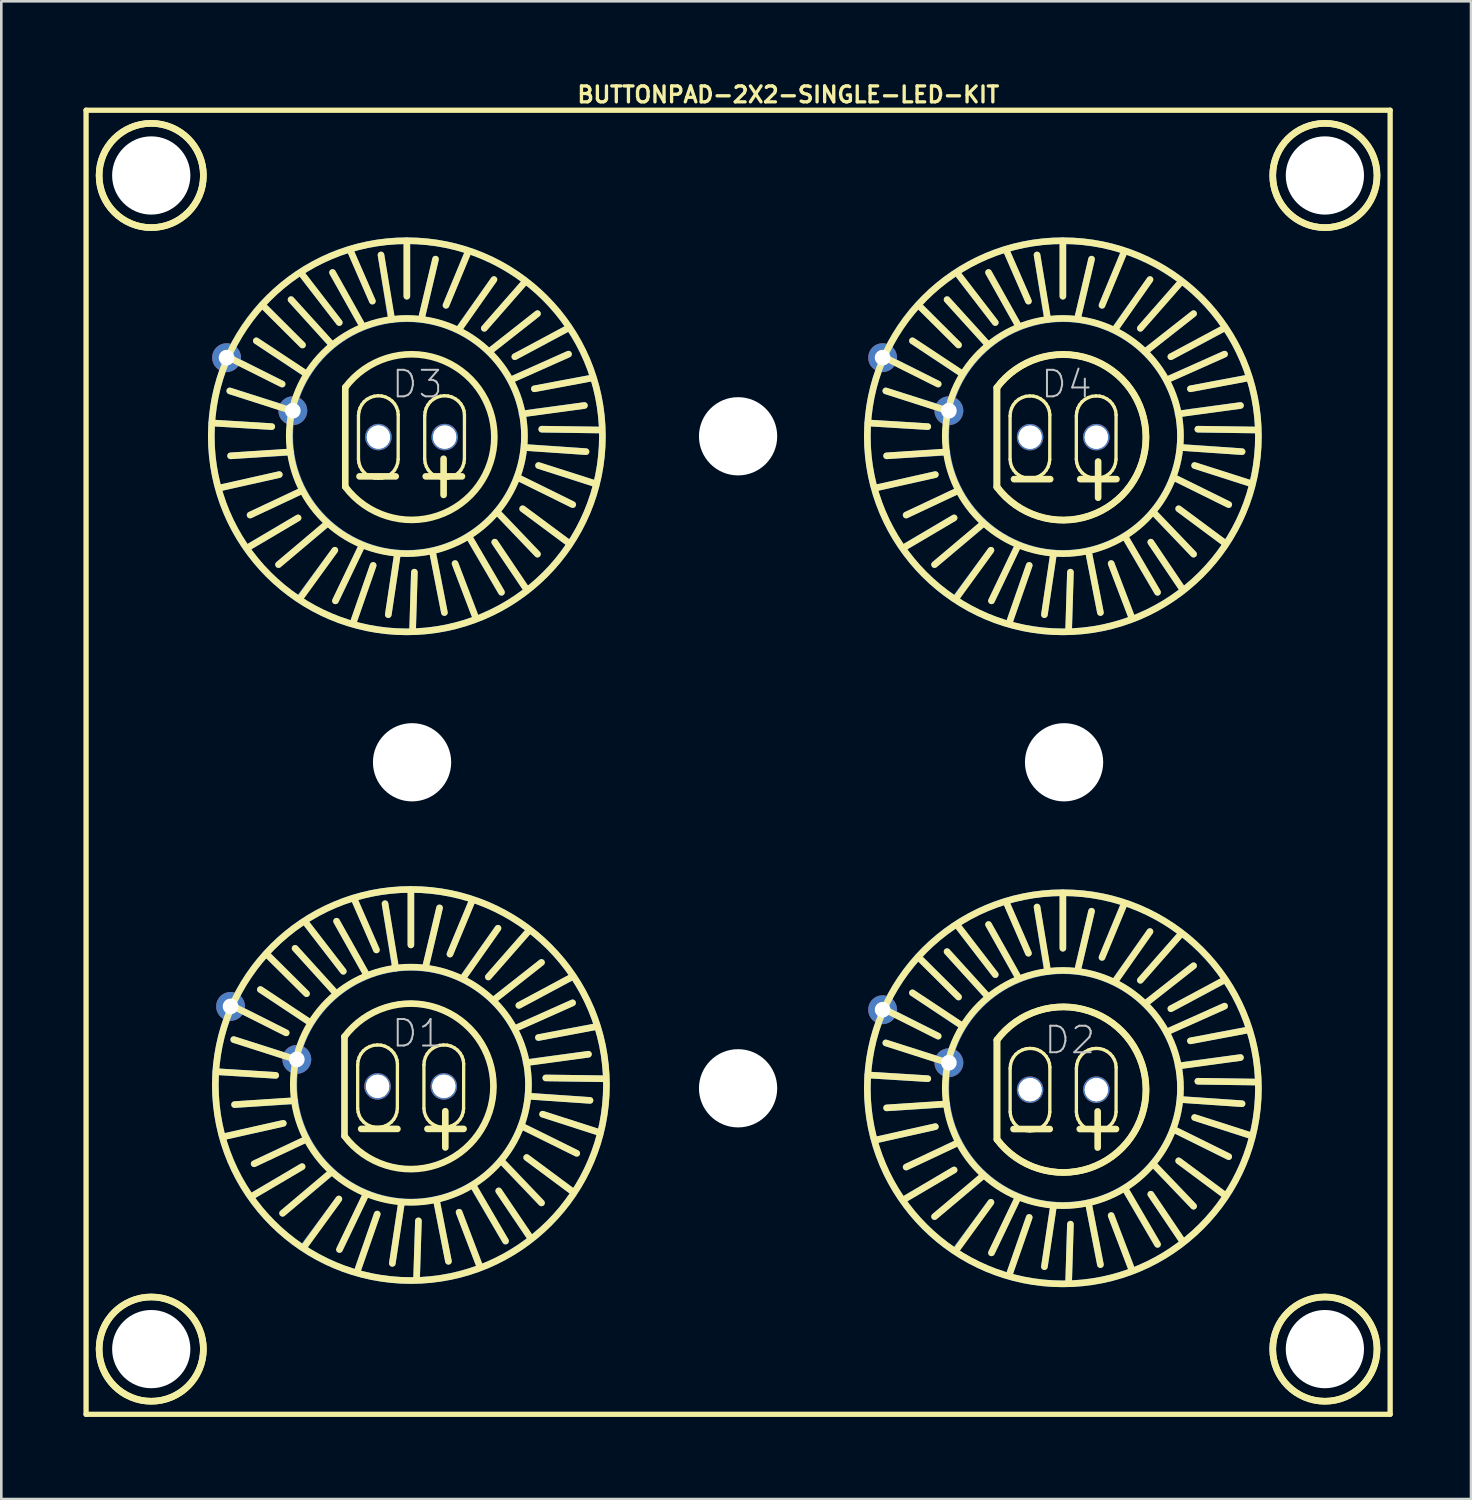
<source format=kicad_pcb>
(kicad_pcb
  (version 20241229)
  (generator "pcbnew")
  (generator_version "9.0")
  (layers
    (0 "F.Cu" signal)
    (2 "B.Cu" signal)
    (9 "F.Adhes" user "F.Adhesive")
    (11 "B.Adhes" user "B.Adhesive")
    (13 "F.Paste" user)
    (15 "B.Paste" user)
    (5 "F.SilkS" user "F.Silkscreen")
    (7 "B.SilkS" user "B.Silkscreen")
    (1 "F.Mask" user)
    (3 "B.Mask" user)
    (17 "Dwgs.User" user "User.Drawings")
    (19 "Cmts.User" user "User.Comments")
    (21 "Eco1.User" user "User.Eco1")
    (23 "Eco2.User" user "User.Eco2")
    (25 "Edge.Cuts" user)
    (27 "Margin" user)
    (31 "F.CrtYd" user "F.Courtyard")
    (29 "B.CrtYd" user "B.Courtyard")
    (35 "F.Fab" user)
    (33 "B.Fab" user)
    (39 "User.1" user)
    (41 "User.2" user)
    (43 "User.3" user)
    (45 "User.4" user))
  (footprint "BUTTONPAD-2X2-SINGLE-LED-KIT"
    (layer "F.Cu")
    (at 0.25 51.176)
    (property "Reference" "BUTTONPAD-2X2-SINGLE-LED-KIT" (at 26.924 -50.597 0) (layer "F.SilkS") (effects (font (size 0.61 0.61) (thickness 0.127))))
    (attr exclude_from_pos_files exclude_from_bom)
    (fp_line (start 4.818 -38.009) (end 7.12 -37.869) (stroke (width 0.254) (type solid)) (layer "B.Cu"))
    (fp_line (start 4.973 -13.137) (end 7.272 -12.995) (stroke (width 0.254) (type solid)) (layer "B.Cu"))
    (fp_line (start 5.138 -35.519) (end 7.409 -36.03) (stroke (width 0.254) (type solid)) (layer "B.Cu"))
    (fp_line (start 5.293 -10.645) (end 7.562 -11.156) (stroke (width 0.254) (type solid)) (layer "B.Cu"))
    (fp_line (start 5.458 -40.538) (end 7.518 -39.5) (stroke (width 0.254) (type solid)) (layer "B.Cu"))
    (fp_line (start 5.613 -15.667) (end 7.673 -14.625) (stroke (width 0.254) (type solid)) (layer "B.Cu"))
    (fp_line (start 6.228 -33.249) (end 8.128 -34.369) (stroke (width 0.254) (type solid)) (layer "B.Cu"))
    (fp_line (start 6.383 -8.377) (end 8.283 -9.495) (stroke (width 0.254) (type solid)) (layer "B.Cu"))
    (fp_line (start 6.8 -42.499) (end 8.298 -40.998) (stroke (width 0.254) (type solid)) (layer "B.Cu"))
    (fp_line (start 6.952 -17.625) (end 8.453 -16.126) (stroke (width 0.254) (type solid)) (layer "B.Cu"))
    (fp_line (start 7.838 -38.499) (end 5.509 -39.238) (stroke (width 0.254) (type solid)) (layer "B.Cu"))
    (fp_line (start 7.838 -36.888) (end 5.54 -36.749) (stroke (width 0.254) (type solid)) (layer "B.Cu"))
    (fp_line (start 7.993 -13.625) (end 5.662 -14.366) (stroke (width 0.254) (type solid)) (layer "B.Cu"))
    (fp_line (start 7.993 -12.017) (end 5.692 -11.874) (stroke (width 0.254) (type solid)) (layer "B.Cu"))
    (fp_line (start 8.209 -31.328) (end 9.538 -33.129) (stroke (width 0.254) (type solid)) (layer "B.Cu"))
    (fp_line (start 8.288 -43.698) (end 9.708 -41.859) (stroke (width 0.254) (type solid)) (layer "B.Cu"))
    (fp_line (start 8.288 -35.418) (end 6.289 -34.478) (stroke (width 0.254) (type solid)) (layer "B.Cu"))
    (fp_line (start 8.362 -6.457) (end 9.693 -8.255) (stroke (width 0.254) (type solid)) (layer "B.Cu"))
    (fp_line (start 8.443 -18.826) (end 9.863 -16.985) (stroke (width 0.254) (type solid)) (layer "B.Cu"))
    (fp_line (start 8.443 -10.546) (end 6.444 -9.606) (stroke (width 0.254) (type solid)) (layer "B.Cu"))
    (fp_line (start 8.448 -39.878) (end 6.528 -41.158) (stroke (width 0.254) (type solid)) (layer "B.Cu"))
    (fp_line (start 8.603 -15.006) (end 6.683 -16.286) (stroke (width 0.254) (type solid)) (layer "B.Cu"))
    (fp_line (start 9.228 -34.13) (end 7.379 -32.578) (stroke (width 0.254) (type solid)) (layer "B.Cu"))
    (fp_line (start 9.383 -9.256) (end 7.534 -7.706) (stroke (width 0.254) (type solid)) (layer "B.Cu"))
    (fp_line (start 9.388 -41.049) (end 7.859 -42.738) (stroke (width 0.254) (type solid)) (layer "B.Cu"))
    (fp_line (start 9.543 -16.175) (end 8.014 -17.866) (stroke (width 0.254) (type solid)) (layer "B.Cu"))
    (fp_line (start 10.14 -44.607) (end 10.978 -42.68) (stroke (width 0.254) (type solid)) (layer "B.Cu"))
    (fp_line (start 10.269 -30.419) (end 11.008 -32.548) (stroke (width 0.254) (type solid)) (layer "B.Cu"))
    (fp_line (start 10.292 -19.736) (end 11.133 -17.805) (stroke (width 0.254) (type solid)) (layer "B.Cu"))
    (fp_line (start 10.422 -5.545) (end 11.163 -7.676) (stroke (width 0.254) (type solid)) (layer "B.Cu"))
    (fp_line (start 10.559 -41.798) (end 9.449 -43.779) (stroke (width 0.254) (type solid)) (layer "B.Cu"))
    (fp_line (start 10.559 -33.279) (end 9.568 -31.189) (stroke (width 0.254) (type solid)) (layer "B.Cu"))
    (fp_line (start 10.714 -16.927) (end 9.604 -18.905) (stroke (width 0.254) (type solid)) (layer "B.Cu"))
    (fp_line (start 10.714 -8.405) (end 9.723 -6.317) (stroke (width 0.254) (type solid)) (layer "B.Cu"))
    (fp_line (start 11.689 -42.067) (end 11.308 -44.45) (stroke (width 0.254) (type solid)) (layer "B.Cu"))
    (fp_line (start 11.841 -17.196) (end 11.463 -19.576) (stroke (width 0.254) (type solid)) (layer "B.Cu"))
    (fp_line (start 11.928 -32.929) (end 11.587 -30.658) (stroke (width 0.254) (type solid)) (layer "B.Cu"))
    (fp_line (start 12.083 -8.057) (end 11.742 -5.786) (stroke (width 0.254) (type solid)) (layer "B.Cu"))
    (fp_line (start 12.299 -44.958) (end 12.299 -42.868) (stroke (width 0.254) (type solid)) (layer "B.Cu"))
    (fp_line (start 12.454 -20.086) (end 12.454 -17.996) (stroke (width 0.254) (type solid)) (layer "B.Cu"))
    (fp_line (start 12.52 -30.058) (end 12.588 -32.288) (stroke (width 0.254) (type solid)) (layer "B.Cu"))
    (fp_line (start 12.672 -5.187) (end 12.743 -7.417) (stroke (width 0.254) (type solid)) (layer "B.Cu"))
    (fp_line (start 12.888 -42.118) (end 13.399 -44.29) (stroke (width 0.254) (type solid)) (layer "B.Cu"))
    (fp_line (start 13.043 -17.247) (end 13.553 -19.416) (stroke (width 0.254) (type solid)) (layer "B.Cu"))
    (fp_line (start 13.289 -33.038) (end 13.739 -30.739) (stroke (width 0.254) (type solid)) (layer "B.Cu"))
    (fp_line (start 13.442 -8.166) (end 13.894 -5.865) (stroke (width 0.254) (type solid)) (layer "B.Cu"))
    (fp_line (start 14.28 -41.59) (end 15.639 -43.508) (stroke (width 0.254) (type solid)) (layer "B.Cu"))
    (fp_line (start 14.432 -16.716) (end 15.794 -18.636) (stroke (width 0.254) (type solid)) (layer "B.Cu"))
    (fp_line (start 14.628 -44.529) (end 13.8 -42.52) (stroke (width 0.254) (type solid)) (layer "B.Cu"))
    (fp_line (start 14.709 -33.599) (end 15.928 -31.509) (stroke (width 0.254) (type solid)) (layer "B.Cu"))
    (fp_line (start 14.783 -19.655) (end 13.952 -17.645) (stroke (width 0.254) (type solid)) (layer "B.Cu"))
    (fp_line (start 14.862 -8.725) (end 16.083 -6.634) (stroke (width 0.254) (type solid)) (layer "B.Cu"))
    (fp_line (start 14.889 -30.688) (end 14.148 -32.619) (stroke (width 0.254) (type solid)) (layer "B.Cu"))
    (fp_line (start 15.042 -5.817) (end 14.303 -7.747) (stroke (width 0.254) (type solid)) (layer "B.Cu"))
    (fp_line (start 15.479 -40.759) (end 17.308 -42.2) (stroke (width 0.254) (type solid)) (layer "B.Cu"))
    (fp_line (start 15.634 -15.885) (end 17.462 -17.325) (stroke (width 0.254) (type solid)) (layer "B.Cu"))
    (fp_line (start 15.799 -34.559) (end 17.308 -32.979) (stroke (width 0.254) (type solid)) (layer "B.Cu"))
    (fp_line (start 15.954 -9.685) (end 17.462 -8.105) (stroke (width 0.254) (type solid)) (layer "B.Cu"))
    (fp_line (start 16.279 -39.66) (end 18.499 -40.648) (stroke (width 0.254) (type solid)) (layer "B.Cu"))
    (fp_line (start 16.434 -14.785) (end 18.654 -15.776) (stroke (width 0.254) (type solid)) (layer "B.Cu"))
    (fp_line (start 16.599 -35.898) (end 18.659 -34.879) (stroke (width 0.254) (type solid)) (layer "B.Cu"))
    (fp_line (start 16.708 -38.359) (end 19.108 -38.679) (stroke (width 0.254) (type solid)) (layer "B.Cu"))
    (fp_line (start 16.754 -11.026) (end 18.814 -10.005) (stroke (width 0.254) (type solid)) (layer "B.Cu"))
    (fp_line (start 16.82 -43.409) (end 15.268 -41.638) (stroke (width 0.254) (type solid)) (layer "B.Cu"))
    (fp_line (start 16.838 -31.699) (end 15.669 -33.439) (stroke (width 0.254) (type solid)) (layer "B.Cu"))
    (fp_line (start 16.863 -13.485) (end 19.263 -13.805) (stroke (width 0.254) (type solid)) (layer "B.Cu"))
    (fp_line (start 16.899 -37.069) (end 19.169 -36.909) (stroke (width 0.254) (type solid)) (layer "B.Cu"))
    (fp_line (start 16.972 -18.537) (end 15.423 -16.767) (stroke (width 0.254) (type solid)) (layer "B.Cu"))
    (fp_line (start 16.993 -6.825) (end 15.822 -8.565) (stroke (width 0.254) (type solid)) (layer "B.Cu"))
    (fp_line (start 17.054 -12.195) (end 19.322 -12.035) (stroke (width 0.254) (type solid)) (layer "B.Cu"))
    (fp_line (start 18.448 -41.618) (end 16.439 -40.549) (stroke (width 0.254) (type solid)) (layer "B.Cu"))
    (fp_line (start 18.468 -33.439) (end 16.739 -34.719) (stroke (width 0.254) (type solid)) (layer "B.Cu"))
    (fp_line (start 18.603 -16.746) (end 16.594 -15.677) (stroke (width 0.254) (type solid)) (layer "B.Cu"))
    (fp_line (start 18.623 -8.565) (end 16.894 -9.845) (stroke (width 0.254) (type solid)) (layer "B.Cu"))
    (fp_line (start 19.408 -39.738) (end 17.188 -39.319) (stroke (width 0.254) (type solid)) (layer "B.Cu"))
    (fp_line (start 19.52 -35.679) (end 17.348 -36.378) (stroke (width 0.254) (type solid)) (layer "B.Cu"))
    (fp_line (start 19.563 -14.867) (end 17.343 -14.445) (stroke (width 0.254) (type solid)) (layer "B.Cu"))
    (fp_line (start 19.672 -10.805) (end 17.503 -11.506) (stroke (width 0.254) (type solid)) (layer "B.Cu"))
    (fp_line (start 19.68 -37.739) (end 17.478 -37.77) (stroke (width 0.254) (type solid)) (layer "B.Cu"))
    (fp_line (start 19.832 -12.865) (end 17.633 -12.896) (stroke (width 0.254) (type solid)) (layer "B.Cu"))
    (fp_line (start 29.972 -38.009) (end 32.273 -37.869) (stroke (width 0.254) (type solid)) (layer "B.Cu"))
    (fp_line (start 29.972 -13.01) (end 32.273 -12.868) (stroke (width 0.254) (type solid)) (layer "B.Cu"))
    (fp_line (start 30.292 -35.519) (end 32.563 -36.03) (stroke (width 0.254) (type solid)) (layer "B.Cu"))
    (fp_line (start 30.292 -10.518) (end 32.563 -11.029) (stroke (width 0.254) (type solid)) (layer "B.Cu"))
    (fp_line (start 30.612 -40.538) (end 32.672 -39.5) (stroke (width 0.254) (type solid)) (layer "B.Cu"))
    (fp_line (start 30.612 -15.54) (end 32.672 -14.498) (stroke (width 0.254) (type solid)) (layer "B.Cu"))
    (fp_line (start 31.382 -33.249) (end 33.282 -34.369) (stroke (width 0.254) (type solid)) (layer "B.Cu"))
    (fp_line (start 31.382 -8.25) (end 33.282 -9.368) (stroke (width 0.254) (type solid)) (layer "B.Cu"))
    (fp_line (start 31.953 -42.499) (end 33.452 -40.998) (stroke (width 0.254) (type solid)) (layer "B.Cu"))
    (fp_line (start 31.953 -17.498) (end 33.452 -15.999) (stroke (width 0.254) (type solid)) (layer "B.Cu"))
    (fp_line (start 32.992 -38.499) (end 30.663 -39.238) (stroke (width 0.254) (type solid)) (layer "B.Cu"))
    (fp_line (start 32.992 -36.888) (end 30.693 -36.749) (stroke (width 0.254) (type solid)) (layer "B.Cu"))
    (fp_line (start 32.992 -13.498) (end 30.663 -14.239) (stroke (width 0.254) (type solid)) (layer "B.Cu"))
    (fp_line (start 32.992 -11.89) (end 30.693 -11.748) (stroke (width 0.254) (type solid)) (layer "B.Cu"))
    (fp_line (start 33.363 -31.328) (end 34.694 -33.129) (stroke (width 0.254) (type solid)) (layer "B.Cu"))
    (fp_line (start 33.363 -6.33) (end 34.694 -8.128) (stroke (width 0.254) (type solid)) (layer "B.Cu"))
    (fp_line (start 33.442 -43.698) (end 34.861 -41.859) (stroke (width 0.254) (type solid)) (layer "B.Cu"))
    (fp_line (start 33.442 -35.418) (end 31.443 -34.478) (stroke (width 0.254) (type solid)) (layer "B.Cu"))
    (fp_line (start 33.442 -18.699) (end 34.861 -16.858) (stroke (width 0.254) (type solid)) (layer "B.Cu"))
    (fp_line (start 33.442 -10.419) (end 31.443 -9.479) (stroke (width 0.254) (type solid)) (layer "B.Cu"))
    (fp_line (start 33.602 -39.878) (end 31.684 -41.158) (stroke (width 0.254) (type solid)) (layer "B.Cu"))
    (fp_line (start 33.602 -14.879) (end 31.684 -16.159) (stroke (width 0.254) (type solid)) (layer "B.Cu"))
    (fp_line (start 34.384 -34.13) (end 32.532 -32.578) (stroke (width 0.254) (type solid)) (layer "B.Cu"))
    (fp_line (start 34.384 -9.129) (end 32.532 -7.579) (stroke (width 0.254) (type solid)) (layer "B.Cu"))
    (fp_line (start 34.544 -41.049) (end 33.012 -42.738) (stroke (width 0.254) (type solid)) (layer "B.Cu"))
    (fp_line (start 34.544 -16.048) (end 33.012 -17.739) (stroke (width 0.254) (type solid)) (layer "B.Cu"))
    (fp_line (start 35.293 -44.607) (end 36.132 -42.68) (stroke (width 0.254) (type solid)) (layer "B.Cu"))
    (fp_line (start 35.293 -19.609) (end 36.132 -17.678) (stroke (width 0.254) (type solid)) (layer "B.Cu"))
    (fp_line (start 35.423 -30.419) (end 36.162 -32.548) (stroke (width 0.254) (type solid)) (layer "B.Cu"))
    (fp_line (start 35.423 -5.418) (end 36.162 -7.549) (stroke (width 0.254) (type solid)) (layer "B.Cu"))
    (fp_line (start 35.712 -41.798) (end 34.602 -43.779) (stroke (width 0.254) (type solid)) (layer "B.Cu"))
    (fp_line (start 35.712 -33.279) (end 34.722 -31.189) (stroke (width 0.254) (type solid)) (layer "B.Cu"))
    (fp_line (start 35.712 -16.8) (end 34.602 -18.778) (stroke (width 0.254) (type solid)) (layer "B.Cu"))
    (fp_line (start 35.712 -8.278) (end 34.722 -6.19) (stroke (width 0.254) (type solid)) (layer "B.Cu"))
    (fp_line (start 36.843 -42.067) (end 36.462 -44.45) (stroke (width 0.254) (type solid)) (layer "B.Cu"))
    (fp_line (start 36.843 -17.069) (end 36.462 -19.449) (stroke (width 0.254) (type solid)) (layer "B.Cu"))
    (fp_line (start 37.084 -32.929) (end 36.744 -30.658) (stroke (width 0.254) (type solid)) (layer "B.Cu"))
    (fp_line (start 37.084 -7.93) (end 36.744 -5.659) (stroke (width 0.254) (type solid)) (layer "B.Cu"))
    (fp_line (start 37.452 -44.958) (end 37.452 -42.868) (stroke (width 0.254) (type solid)) (layer "B.Cu"))
    (fp_line (start 37.452 -19.959) (end 37.452 -17.869) (stroke (width 0.254) (type solid)) (layer "B.Cu"))
    (fp_line (start 37.673 -30.058) (end 37.742 -32.288) (stroke (width 0.254) (type solid)) (layer "B.Cu"))
    (fp_line (start 37.673 -5.06) (end 37.742 -7.29) (stroke (width 0.254) (type solid)) (layer "B.Cu"))
    (fp_line (start 38.042 -42.118) (end 38.552 -44.29) (stroke (width 0.254) (type solid)) (layer "B.Cu"))
    (fp_line (start 38.042 -17.12) (end 38.552 -19.289) (stroke (width 0.254) (type solid)) (layer "B.Cu"))
    (fp_line (start 38.443 -33.038) (end 38.892 -30.739) (stroke (width 0.254) (type solid)) (layer "B.Cu"))
    (fp_line (start 38.443 -8.039) (end 38.892 -5.738) (stroke (width 0.254) (type solid)) (layer "B.Cu"))
    (fp_line (start 39.434 -41.59) (end 40.792 -43.508) (stroke (width 0.254) (type solid)) (layer "B.Cu"))
    (fp_line (start 39.434 -16.589) (end 40.792 -18.509) (stroke (width 0.254) (type solid)) (layer "B.Cu"))
    (fp_line (start 39.781 -44.529) (end 38.953 -42.52) (stroke (width 0.254) (type solid)) (layer "B.Cu"))
    (fp_line (start 39.781 -19.528) (end 38.953 -17.518) (stroke (width 0.254) (type solid)) (layer "B.Cu"))
    (fp_line (start 39.863 -33.599) (end 41.082 -31.509) (stroke (width 0.254) (type solid)) (layer "B.Cu"))
    (fp_line (start 39.863 -8.598) (end 41.082 -6.507) (stroke (width 0.254) (type solid)) (layer "B.Cu"))
    (fp_line (start 40.043 -30.688) (end 39.304 -32.619) (stroke (width 0.254) (type solid)) (layer "B.Cu"))
    (fp_line (start 40.043 -5.69) (end 39.304 -7.62) (stroke (width 0.254) (type solid)) (layer "B.Cu"))
    (fp_line (start 40.632 -40.759) (end 42.464 -42.2) (stroke (width 0.254) (type solid)) (layer "B.Cu"))
    (fp_line (start 40.632 -15.758) (end 42.464 -17.198) (stroke (width 0.254) (type solid)) (layer "B.Cu"))
    (fp_line (start 40.952 -34.559) (end 42.464 -32.979) (stroke (width 0.254) (type solid)) (layer "B.Cu"))
    (fp_line (start 40.952 -9.558) (end 42.464 -7.978) (stroke (width 0.254) (type solid)) (layer "B.Cu"))
    (fp_line (start 41.432 -39.66) (end 43.652 -40.648) (stroke (width 0.254) (type solid)) (layer "B.Cu"))
    (fp_line (start 41.432 -14.658) (end 43.652 -15.649) (stroke (width 0.254) (type solid)) (layer "B.Cu"))
    (fp_line (start 41.753 -35.898) (end 43.812 -34.879) (stroke (width 0.254) (type solid)) (layer "B.Cu"))
    (fp_line (start 41.753 -10.899) (end 43.812 -9.878) (stroke (width 0.254) (type solid)) (layer "B.Cu"))
    (fp_line (start 41.862 -38.359) (end 44.262 -38.679) (stroke (width 0.254) (type solid)) (layer "B.Cu"))
    (fp_line (start 41.862 -13.358) (end 44.262 -13.678) (stroke (width 0.254) (type solid)) (layer "B.Cu"))
    (fp_line (start 41.974 -43.409) (end 40.422 -41.638) (stroke (width 0.254) (type solid)) (layer "B.Cu"))
    (fp_line (start 41.974 -18.41) (end 40.422 -16.64) (stroke (width 0.254) (type solid)) (layer "B.Cu"))
    (fp_line (start 41.994 -31.699) (end 40.823 -33.439) (stroke (width 0.254) (type solid)) (layer "B.Cu"))
    (fp_line (start 41.994 -6.698) (end 40.823 -8.438) (stroke (width 0.254) (type solid)) (layer "B.Cu"))
    (fp_line (start 42.052 -37.069) (end 44.323 -36.909) (stroke (width 0.254) (type solid)) (layer "B.Cu"))
    (fp_line (start 42.052 -12.068) (end 44.323 -11.908) (stroke (width 0.254) (type solid)) (layer "B.Cu"))
    (fp_line (start 43.602 -41.618) (end 41.593 -40.549) (stroke (width 0.254) (type solid)) (layer "B.Cu"))
    (fp_line (start 43.602 -16.619) (end 41.593 -15.55) (stroke (width 0.254) (type solid)) (layer "B.Cu"))
    (fp_line (start 43.622 -33.439) (end 41.892 -34.719) (stroke (width 0.254) (type solid)) (layer "B.Cu"))
    (fp_line (start 43.622 -8.438) (end 41.892 -9.718) (stroke (width 0.254) (type solid)) (layer "B.Cu"))
    (fp_line (start 44.562 -39.738) (end 42.342 -39.319) (stroke (width 0.254) (type solid)) (layer "B.Cu"))
    (fp_line (start 44.562 -14.74) (end 42.342 -14.318) (stroke (width 0.254) (type solid)) (layer "B.Cu"))
    (fp_line (start 44.674 -35.679) (end 42.502 -36.378) (stroke (width 0.254) (type solid)) (layer "B.Cu"))
    (fp_line (start 44.674 -10.678) (end 42.502 -11.379) (stroke (width 0.254) (type solid)) (layer "B.Cu"))
    (fp_line (start 44.834 -37.739) (end 42.634 -37.77) (stroke (width 0.254) (type solid)) (layer "B.Cu"))
    (fp_line (start 44.834 -12.738) (end 42.634 -12.769) (stroke (width 0.254) (type solid)) (layer "B.Cu"))
    (fp_circle (center 12.299 -37.498) (end 12.299 -44.996) (stroke (width 0.254) (type solid)) (fill no) (layer "B.Cu"))
    (fp_circle (center 12.309 -37.508) (end 12.309 -42.007) (stroke (width 0.254) (type solid)) (fill no) (layer "B.Cu"))
    (fp_circle (center 12.454 -12.626) (end 12.454 -20.124) (stroke (width 0.254) (type solid)) (fill no) (layer "B.Cu"))
    (fp_circle (center 12.464 -12.636) (end 12.464 -17.135) (stroke (width 0.254) (type solid)) (fill no) (layer "B.Cu"))
    (fp_circle (center 37.452 -37.498) (end 37.452 -44.996) (stroke (width 0.254) (type solid)) (fill no) (layer "B.Cu"))
    (fp_circle (center 37.452 -12.499) (end 37.452 -19.997) (stroke (width 0.254) (type solid)) (fill no) (layer "B.Cu"))
    (fp_circle (center 37.462 -37.508) (end 37.462 -42.007) (stroke (width 0.254) (type solid)) (fill no) (layer "B.Cu"))
    (fp_circle (center 37.462 -12.509) (end 37.462 -17.008) (stroke (width 0.254) (type solid)) (fill no) (layer "B.Cu"))
    (fp_line (start 0 -50) (end 50 -50) (stroke (width 0.203) (type solid)) (layer "F.SilkS"))
    (fp_line (start 0 0) (end 0 -50) (stroke (width 0.203) (type solid)) (layer "F.SilkS"))
    (fp_line (start 4.829 -38.009) (end 7.12 -37.869) (stroke (width 0.254) (type solid)) (layer "F.SilkS"))
    (fp_line (start 4.983 -13.137) (end 7.272 -12.995) (stroke (width 0.254) (type solid)) (layer "F.SilkS"))
    (fp_line (start 5.458 -40.528) (end 7.518 -39.5) (stroke (width 0.254) (type solid)) (layer "F.SilkS"))
    (fp_line (start 5.509 -39.238) (end 7.879 -38.478) (stroke (width 0.254) (type solid)) (layer "F.SilkS"))
    (fp_line (start 5.54 -36.749) (end 7.838 -36.899) (stroke (width 0.254) (type solid)) (layer "F.SilkS"))
    (fp_line (start 5.613 -15.657) (end 7.673 -14.625) (stroke (width 0.254) (type solid)) (layer "F.SilkS"))
    (fp_line (start 5.662 -14.366) (end 8.031 -13.607) (stroke (width 0.254) (type solid)) (layer "F.SilkS"))
    (fp_line (start 5.692 -11.874) (end 7.993 -12.027) (stroke (width 0.254) (type solid)) (layer "F.SilkS"))
    (fp_line (start 6.18 -33.218) (end 8.128 -34.369) (stroke (width 0.254) (type solid)) (layer "F.SilkS"))
    (fp_line (start 6.289 -34.478) (end 8.288 -35.418) (stroke (width 0.254) (type solid)) (layer "F.SilkS"))
    (fp_line (start 6.332 -8.346) (end 8.283 -9.495) (stroke (width 0.254) (type solid)) (layer "F.SilkS"))
    (fp_line (start 6.444 -9.606) (end 8.443 -10.546) (stroke (width 0.254) (type solid)) (layer "F.SilkS"))
    (fp_line (start 6.528 -41.158) (end 8.39 -39.929) (stroke (width 0.254) (type solid)) (layer "F.SilkS"))
    (fp_line (start 6.683 -16.286) (end 8.542 -15.055) (stroke (width 0.254) (type solid)) (layer "F.SilkS"))
    (fp_line (start 6.779 -42.509) (end 8.298 -40.998) (stroke (width 0.254) (type solid)) (layer "F.SilkS"))
    (fp_line (start 6.932 -17.635) (end 8.453 -16.126) (stroke (width 0.254) (type solid)) (layer "F.SilkS"))
    (fp_line (start 7.409 -36.03) (end 5.128 -35.519) (stroke (width 0.254) (type solid)) (layer "F.SilkS"))
    (fp_line (start 7.562 -11.156) (end 5.283 -10.645) (stroke (width 0.254) (type solid)) (layer "F.SilkS"))
    (fp_line (start 7.859 -42.738) (end 9.418 -41.018) (stroke (width 0.254) (type solid)) (layer "F.SilkS"))
    (fp_line (start 8.014 -17.866) (end 9.573 -16.147) (stroke (width 0.254) (type solid)) (layer "F.SilkS"))
    (fp_line (start 8.258 -43.739) (end 9.708 -41.859) (stroke (width 0.254) (type solid)) (layer "F.SilkS"))
    (fp_line (start 8.412 -18.865) (end 9.863 -16.985) (stroke (width 0.254) (type solid)) (layer "F.SilkS"))
    (fp_line (start 9.248 -34.158) (end 7.379 -32.578) (stroke (width 0.254) (type solid)) (layer "F.SilkS"))
    (fp_line (start 9.403 -9.286) (end 7.534 -7.706) (stroke (width 0.254) (type solid)) (layer "F.SilkS"))
    (fp_line (start 9.449 -43.779) (end 10.559 -41.798) (stroke (width 0.254) (type solid)) (layer "F.SilkS"))
    (fp_line (start 9.538 -33.129) (end 8.199 -31.278) (stroke (width 0.254) (type solid)) (layer "F.SilkS"))
    (fp_line (start 9.558 -31.189) (end 10.549 -33.249) (stroke (width 0.254) (type solid)) (layer "F.SilkS"))
    (fp_line (start 9.604 -18.905) (end 10.714 -16.927) (stroke (width 0.254) (type solid)) (layer "F.SilkS"))
    (fp_line (start 9.693 -8.255) (end 8.352 -6.406) (stroke (width 0.254) (type solid)) (layer "F.SilkS"))
    (fp_line (start 9.713 -6.317) (end 10.704 -8.377) (stroke (width 0.254) (type solid)) (layer "F.SilkS"))
    (fp_line (start 9.906 -14.475) (end 9.906 -10.668) (stroke (width 0.203) (type solid)) (layer "F.SilkS"))
    (fp_line (start 9.909 -14.483) (end 9.909 -10.673) (stroke (width 0.254) (type solid)) (layer "F.SilkS"))
    (fp_line (start 9.939 -39.373) (end 9.939 -35.563) (stroke (width 0.254) (type solid)) (layer "F.SilkS"))
    (fp_line (start 10.414 -13.396) (end 10.414 -11.727) (stroke (width 0.127) (type solid)) (layer "F.SilkS"))
    (fp_line (start 10.414 -11.727) (end 10.432 -11.585) (stroke (width 0.127) (type solid)) (layer "F.SilkS"))
    (fp_line (start 10.429 -13.543) (end 10.414 -13.396) (stroke (width 0.127) (type solid)) (layer "F.SilkS"))
    (fp_line (start 10.432 -11.585) (end 10.477 -11.445) (stroke (width 0.127) (type solid)) (layer "F.SilkS"))
    (fp_line (start 10.444 -38.285) (end 10.444 -36.619) (stroke (width 0.127) (type solid)) (layer "F.SilkS"))
    (fp_line (start 10.444 -36.619) (end 10.462 -36.474) (stroke (width 0.127) (type solid)) (layer "F.SilkS"))
    (fp_line (start 10.46 -38.433) (end 10.444 -38.285) (stroke (width 0.127) (type solid)) (layer "F.SilkS"))
    (fp_line (start 10.462 -36.474) (end 10.508 -36.335) (stroke (width 0.127) (type solid)) (layer "F.SilkS"))
    (fp_line (start 10.47 -13.686) (end 10.429 -13.543) (stroke (width 0.127) (type solid)) (layer "F.SilkS"))
    (fp_line (start 10.477 -11.445) (end 10.549 -11.318) (stroke (width 0.127) (type solid)) (layer "F.SilkS"))
    (fp_line (start 10.483 -35.961) (end 11.872 -35.961) (stroke (width 0.254) (type solid)) (layer "F.SilkS"))
    (fp_line (start 10.5 -38.575) (end 10.46 -38.433) (stroke (width 0.127) (type solid)) (layer "F.SilkS"))
    (fp_line (start 10.508 -36.335) (end 10.579 -36.208) (stroke (width 0.127) (type solid)) (layer "F.SilkS"))
    (fp_line (start 10.538 -13.818) (end 10.47 -13.686) (stroke (width 0.127) (type solid)) (layer "F.SilkS"))
    (fp_line (start 10.549 -11.318) (end 10.643 -11.206) (stroke (width 0.127) (type solid)) (layer "F.SilkS"))
    (fp_line (start 10.549 -10.942) (end 11.938 -10.942) (stroke (width 0.254) (type solid)) (layer "F.SilkS"))
    (fp_line (start 10.569 -38.707) (end 10.5 -38.575) (stroke (width 0.127) (type solid)) (layer "F.SilkS"))
    (fp_line (start 10.579 -36.208) (end 10.673 -36.096) (stroke (width 0.127) (type solid)) (layer "F.SilkS"))
    (fp_line (start 10.63 -13.934) (end 10.538 -13.818) (stroke (width 0.127) (type solid)) (layer "F.SilkS"))
    (fp_line (start 10.643 -11.206) (end 10.757 -11.118) (stroke (width 0.127) (type solid)) (layer "F.SilkS"))
    (fp_line (start 10.66 -38.824) (end 10.569 -38.707) (stroke (width 0.127) (type solid)) (layer "F.SilkS"))
    (fp_line (start 10.673 -36.096) (end 10.787 -36.007) (stroke (width 0.127) (type solid)) (layer "F.SilkS"))
    (fp_line (start 10.744 -14.028) (end 10.63 -13.934) (stroke (width 0.127) (type solid)) (layer "F.SilkS"))
    (fp_line (start 10.757 -11.118) (end 10.886 -11.052) (stroke (width 0.127) (type solid)) (layer "F.SilkS"))
    (fp_line (start 10.775 -38.918) (end 10.66 -38.824) (stroke (width 0.127) (type solid)) (layer "F.SilkS"))
    (fp_line (start 10.787 -36.007) (end 10.917 -35.941) (stroke (width 0.127) (type solid)) (layer "F.SilkS"))
    (fp_line (start 10.8 -12.573) (end 10.81 -12.659) (stroke (width 0.127) (type solid)) (layer "F.SilkS"))
    (fp_line (start 10.81 -12.659) (end 10.838 -12.741) (stroke (width 0.127) (type solid)) (layer "F.SilkS"))
    (fp_line (start 10.81 -12.489) (end 10.8 -12.573) (stroke (width 0.127) (type solid)) (layer "F.SilkS"))
    (fp_line (start 10.831 -37.462) (end 10.841 -37.549) (stroke (width 0.127) (type solid)) (layer "F.SilkS"))
    (fp_line (start 10.838 -12.741) (end 10.886 -12.814) (stroke (width 0.127) (type solid)) (layer "F.SilkS"))
    (fp_line (start 10.838 -12.408) (end 10.81 -12.489) (stroke (width 0.127) (type solid)) (layer "F.SilkS"))
    (fp_line (start 10.841 -37.549) (end 10.869 -37.63) (stroke (width 0.127) (type solid)) (layer "F.SilkS"))
    (fp_line (start 10.841 -37.379) (end 10.831 -37.462) (stroke (width 0.127) (type solid)) (layer "F.SilkS"))
    (fp_line (start 10.869 -37.63) (end 10.917 -37.704) (stroke (width 0.127) (type solid)) (layer "F.SilkS"))
    (fp_line (start 10.869 -37.297) (end 10.841 -37.379) (stroke (width 0.127) (type solid)) (layer "F.SilkS"))
    (fp_line (start 10.876 -14.1) (end 10.744 -14.028) (stroke (width 0.127) (type solid)) (layer "F.SilkS"))
    (fp_line (start 10.886 -12.814) (end 10.947 -12.875) (stroke (width 0.127) (type solid)) (layer "F.SilkS"))
    (fp_line (start 10.886 -12.337) (end 10.838 -12.408) (stroke (width 0.127) (type solid)) (layer "F.SilkS"))
    (fp_line (start 10.886 -11.052) (end 11.026 -11.011) (stroke (width 0.127) (type solid)) (layer "F.SilkS"))
    (fp_line (start 10.907 -38.989) (end 10.775 -38.918) (stroke (width 0.127) (type solid)) (layer "F.SilkS"))
    (fp_line (start 10.917 -37.704) (end 10.978 -37.765) (stroke (width 0.127) (type solid)) (layer "F.SilkS"))
    (fp_line (start 10.917 -37.226) (end 10.869 -37.297) (stroke (width 0.127) (type solid)) (layer "F.SilkS"))
    (fp_line (start 10.917 -35.941) (end 11.057 -35.9) (stroke (width 0.127) (type solid)) (layer "F.SilkS"))
    (fp_line (start 10.947 -12.875) (end 11.021 -12.921) (stroke (width 0.127) (type solid)) (layer "F.SilkS"))
    (fp_line (start 10.947 -12.278) (end 10.886 -12.337) (stroke (width 0.127) (type solid)) (layer "F.SilkS"))
    (fp_line (start 10.978 -42.68) (end 10.119 -44.648) (stroke (width 0.254) (type solid)) (layer "F.SilkS"))
    (fp_line (start 10.978 -37.765) (end 11.052 -37.81) (stroke (width 0.127) (type solid)) (layer "F.SilkS"))
    (fp_line (start 10.978 -37.168) (end 10.917 -37.226) (stroke (width 0.127) (type solid)) (layer "F.SilkS"))
    (fp_line (start 11.008 -32.548) (end 10.249 -30.368) (stroke (width 0.254) (type solid)) (layer "F.SilkS"))
    (fp_line (start 11.016 -14.145) (end 10.876 -14.1) (stroke (width 0.127) (type solid)) (layer "F.SilkS"))
    (fp_line (start 11.021 -12.921) (end 11.105 -12.949) (stroke (width 0.127) (type solid)) (layer "F.SilkS"))
    (fp_line (start 11.021 -12.233) (end 10.947 -12.278) (stroke (width 0.127) (type solid)) (layer "F.SilkS"))
    (fp_line (start 11.026 -11.011) (end 11.173 -10.998) (stroke (width 0.127) (type solid)) (layer "F.SilkS"))
    (fp_line (start 11.046 -39.035) (end 10.907 -38.989) (stroke (width 0.127) (type solid)) (layer "F.SilkS"))
    (fp_line (start 11.052 -37.81) (end 11.135 -37.838) (stroke (width 0.127) (type solid)) (layer "F.SilkS"))
    (fp_line (start 11.052 -37.122) (end 10.978 -37.168) (stroke (width 0.127) (type solid)) (layer "F.SilkS"))
    (fp_line (start 11.057 -35.9) (end 11.204 -35.89) (stroke (width 0.127) (type solid)) (layer "F.SilkS"))
    (fp_line (start 11.102 -12.207) (end 11.021 -12.233) (stroke (width 0.127) (type solid)) (layer "F.SilkS"))
    (fp_line (start 11.105 -12.949) (end 11.191 -12.957) (stroke (width 0.127) (type solid)) (layer "F.SilkS"))
    (fp_line (start 11.133 -37.097) (end 11.052 -37.122) (stroke (width 0.127) (type solid)) (layer "F.SilkS"))
    (fp_line (start 11.133 -17.805) (end 10.272 -19.776) (stroke (width 0.254) (type solid)) (layer "F.SilkS"))
    (fp_line (start 11.135 -37.838) (end 11.222 -37.846) (stroke (width 0.127) (type solid)) (layer "F.SilkS"))
    (fp_line (start 11.163 -7.676) (end 10.404 -5.497) (stroke (width 0.254) (type solid)) (layer "F.SilkS"))
    (fp_line (start 11.166 -14.161) (end 11.016 -14.145) (stroke (width 0.127) (type solid)) (layer "F.SilkS"))
    (fp_line (start 11.173 -10.998) (end 11.318 -11.011) (stroke (width 0.127) (type solid)) (layer "F.SilkS"))
    (fp_line (start 11.189 -12.197) (end 11.102 -12.207) (stroke (width 0.127) (type solid)) (layer "F.SilkS"))
    (fp_line (start 11.191 -12.957) (end 11.273 -12.946) (stroke (width 0.127) (type solid)) (layer "F.SilkS"))
    (fp_line (start 11.196 -39.053) (end 11.046 -39.035) (stroke (width 0.127) (type solid)) (layer "F.SilkS"))
    (fp_line (start 11.204 -35.89) (end 11.349 -35.9) (stroke (width 0.127) (type solid)) (layer "F.SilkS"))
    (fp_line (start 11.219 -37.087) (end 11.133 -37.097) (stroke (width 0.127) (type solid)) (layer "F.SilkS"))
    (fp_line (start 11.222 -37.846) (end 11.303 -37.836) (stroke (width 0.127) (type solid)) (layer "F.SilkS"))
    (fp_line (start 11.27 -12.207) (end 11.189 -12.197) (stroke (width 0.127) (type solid)) (layer "F.SilkS"))
    (fp_line (start 11.273 -12.946) (end 11.351 -12.918) (stroke (width 0.127) (type solid)) (layer "F.SilkS"))
    (fp_line (start 11.3 -37.099) (end 11.219 -37.087) (stroke (width 0.127) (type solid)) (layer "F.SilkS"))
    (fp_line (start 11.303 -37.836) (end 11.382 -37.808) (stroke (width 0.127) (type solid)) (layer "F.SilkS"))
    (fp_line (start 11.311 -14.153) (end 11.166 -14.161) (stroke (width 0.127) (type solid)) (layer "F.SilkS"))
    (fp_line (start 11.318 -11.011) (end 11.458 -11.049) (stroke (width 0.127) (type solid)) (layer "F.SilkS"))
    (fp_line (start 11.341 -39.042) (end 11.196 -39.053) (stroke (width 0.127) (type solid)) (layer "F.SilkS"))
    (fp_line (start 11.349 -35.9) (end 11.488 -35.938) (stroke (width 0.127) (type solid)) (layer "F.SilkS"))
    (fp_line (start 11.349 -12.238) (end 11.27 -12.207) (stroke (width 0.127) (type solid)) (layer "F.SilkS"))
    (fp_line (start 11.351 -12.918) (end 11.422 -12.873) (stroke (width 0.127) (type solid)) (layer "F.SilkS"))
    (fp_line (start 11.379 -37.127) (end 11.3 -37.099) (stroke (width 0.127) (type solid)) (layer "F.SilkS"))
    (fp_line (start 11.382 -37.808) (end 11.453 -37.762) (stroke (width 0.127) (type solid)) (layer "F.SilkS"))
    (fp_line (start 11.42 -12.283) (end 11.349 -12.238) (stroke (width 0.127) (type solid)) (layer "F.SilkS"))
    (fp_line (start 11.422 -12.873) (end 11.481 -12.812) (stroke (width 0.127) (type solid)) (layer "F.SilkS"))
    (fp_line (start 11.45 -37.173) (end 11.379 -37.127) (stroke (width 0.127) (type solid)) (layer "F.SilkS"))
    (fp_line (start 11.453 -37.762) (end 11.511 -37.701) (stroke (width 0.127) (type solid)) (layer "F.SilkS"))
    (fp_line (start 11.453 -14.115) (end 11.311 -14.153) (stroke (width 0.127) (type solid)) (layer "F.SilkS"))
    (fp_line (start 11.458 -11.049) (end 11.587 -11.115) (stroke (width 0.127) (type solid)) (layer "F.SilkS"))
    (fp_line (start 11.478 -12.342) (end 11.42 -12.283) (stroke (width 0.127) (type solid)) (layer "F.SilkS"))
    (fp_line (start 11.481 -12.812) (end 11.524 -12.741) (stroke (width 0.127) (type solid)) (layer "F.SilkS"))
    (fp_line (start 11.483 -39.004) (end 11.341 -39.042) (stroke (width 0.127) (type solid)) (layer "F.SilkS"))
    (fp_line (start 11.488 -35.938) (end 11.618 -36.005) (stroke (width 0.127) (type solid)) (layer "F.SilkS"))
    (fp_line (start 11.509 -37.231) (end 11.45 -37.173) (stroke (width 0.127) (type solid)) (layer "F.SilkS"))
    (fp_line (start 11.511 -37.701) (end 11.554 -37.63) (stroke (width 0.127) (type solid)) (layer "F.SilkS"))
    (fp_line (start 11.524 -12.741) (end 11.549 -12.659) (stroke (width 0.127) (type solid)) (layer "F.SilkS"))
    (fp_line (start 11.524 -12.413) (end 11.478 -12.342) (stroke (width 0.127) (type solid)) (layer "F.SilkS"))
    (fp_line (start 11.549 -12.659) (end 11.557 -12.576) (stroke (width 0.127) (type solid)) (layer "F.SilkS"))
    (fp_line (start 11.549 -12.494) (end 11.524 -12.413) (stroke (width 0.127) (type solid)) (layer "F.SilkS"))
    (fp_line (start 11.554 -37.63) (end 11.58 -37.549) (stroke (width 0.127) (type solid)) (layer "F.SilkS"))
    (fp_line (start 11.554 -37.302) (end 11.509 -37.231) (stroke (width 0.127) (type solid)) (layer "F.SilkS"))
    (fp_line (start 11.557 -12.576) (end 11.549 -12.494) (stroke (width 0.127) (type solid)) (layer "F.SilkS"))
    (fp_line (start 11.58 -37.549) (end 11.587 -37.465) (stroke (width 0.127) (type solid)) (layer "F.SilkS"))
    (fp_line (start 11.58 -37.384) (end 11.554 -37.302) (stroke (width 0.127) (type solid)) (layer "F.SilkS"))
    (fp_line (start 11.585 -14.049) (end 11.453 -14.115) (stroke (width 0.127) (type solid)) (layer "F.SilkS"))
    (fp_line (start 11.587 -37.465) (end 11.58 -37.384) (stroke (width 0.127) (type solid)) (layer "F.SilkS"))
    (fp_line (start 11.587 -30.658) (end 11.938 -32.99) (stroke (width 0.254) (type solid)) (layer "F.SilkS"))
    (fp_line (start 11.587 -11.115) (end 11.704 -11.204) (stroke (width 0.127) (type solid)) (layer "F.SilkS"))
    (fp_line (start 11.615 -38.938) (end 11.483 -39.004) (stroke (width 0.127) (type solid)) (layer "F.SilkS"))
    (fp_line (start 11.618 -36.005) (end 11.735 -36.093) (stroke (width 0.127) (type solid)) (layer "F.SilkS"))
    (fp_line (start 11.702 -13.96) (end 11.585 -14.049) (stroke (width 0.127) (type solid)) (layer "F.SilkS"))
    (fp_line (start 11.704 -11.204) (end 11.798 -11.313) (stroke (width 0.127) (type solid)) (layer "F.SilkS"))
    (fp_line (start 11.72 -41.979) (end 11.308 -44.45) (stroke (width 0.254) (type solid)) (layer "F.SilkS"))
    (fp_line (start 11.732 -38.849) (end 11.615 -38.938) (stroke (width 0.127) (type solid)) (layer "F.SilkS"))
    (fp_line (start 11.735 -36.093) (end 11.829 -36.203) (stroke (width 0.127) (type solid)) (layer "F.SilkS"))
    (fp_line (start 11.742 -5.786) (end 12.093 -8.115) (stroke (width 0.254) (type solid)) (layer "F.SilkS"))
    (fp_line (start 11.798 -13.851) (end 11.702 -13.96) (stroke (width 0.127) (type solid)) (layer "F.SilkS"))
    (fp_line (start 11.798 -11.313) (end 11.869 -11.44) (stroke (width 0.127) (type solid)) (layer "F.SilkS"))
    (fp_line (start 11.829 -38.74) (end 11.732 -38.849) (stroke (width 0.127) (type solid)) (layer "F.SilkS"))
    (fp_line (start 11.829 -36.203) (end 11.9 -36.33) (stroke (width 0.127) (type solid)) (layer "F.SilkS"))
    (fp_line (start 11.869 -11.44) (end 11.915 -11.58) (stroke (width 0.127) (type solid)) (layer "F.SilkS"))
    (fp_line (start 11.872 -17.107) (end 11.463 -19.576) (stroke (width 0.254) (type solid)) (layer "F.SilkS"))
    (fp_line (start 11.872 -13.724) (end 11.798 -13.851) (stroke (width 0.127) (type solid)) (layer "F.SilkS"))
    (fp_line (start 11.9 -36.33) (end 11.946 -36.469) (stroke (width 0.127) (type solid)) (layer "F.SilkS"))
    (fp_line (start 11.902 -38.613) (end 11.829 -38.74) (stroke (width 0.127) (type solid)) (layer "F.SilkS"))
    (fp_line (start 11.915 -11.58) (end 11.935 -11.722) (stroke (width 0.127) (type solid)) (layer "F.SilkS"))
    (fp_line (start 11.92 -13.584) (end 11.872 -13.724) (stroke (width 0.127) (type solid)) (layer "F.SilkS"))
    (fp_line (start 11.935 -11.722) (end 11.938 -13.437) (stroke (width 0.127) (type solid)) (layer "F.SilkS"))
    (fp_line (start 11.938 -13.437) (end 11.92 -13.584) (stroke (width 0.127) (type solid)) (layer "F.SilkS"))
    (fp_line (start 11.946 -36.469) (end 11.966 -36.614) (stroke (width 0.127) (type solid)) (layer "F.SilkS"))
    (fp_line (start 11.951 -38.473) (end 11.902 -38.613) (stroke (width 0.127) (type solid)) (layer "F.SilkS"))
    (fp_line (start 11.966 -36.614) (end 11.968 -38.326) (stroke (width 0.127) (type solid)) (layer "F.SilkS"))
    (fp_line (start 11.968 -38.326) (end 11.951 -38.473) (stroke (width 0.127) (type solid)) (layer "F.SilkS"))
    (fp_line (start 12.299 -42.868) (end 12.299 -44.988) (stroke (width 0.254) (type solid)) (layer "F.SilkS"))
    (fp_line (start 12.454 -17.996) (end 12.454 -20.117) (stroke (width 0.254) (type solid)) (layer "F.SilkS"))
    (fp_line (start 12.588 -32.288) (end 12.52 -30.058) (stroke (width 0.254) (type solid)) (layer "F.SilkS"))
    (fp_line (start 12.743 -7.417) (end 12.672 -5.187) (stroke (width 0.254) (type solid)) (layer "F.SilkS"))
    (fp_line (start 12.857 -42.009) (end 13.399 -44.29) (stroke (width 0.254) (type solid)) (layer "F.SilkS"))
    (fp_line (start 12.954 -13.396) (end 12.954 -11.727) (stroke (width 0.127) (type solid)) (layer "F.SilkS"))
    (fp_line (start 12.954 -11.727) (end 12.972 -11.585) (stroke (width 0.127) (type solid)) (layer "F.SilkS"))
    (fp_line (start 12.969 -13.543) (end 12.954 -13.396) (stroke (width 0.127) (type solid)) (layer "F.SilkS"))
    (fp_line (start 12.972 -11.585) (end 13.018 -11.445) (stroke (width 0.127) (type solid)) (layer "F.SilkS"))
    (fp_line (start 12.984 -38.285) (end 12.984 -36.619) (stroke (width 0.127) (type solid)) (layer "F.SilkS"))
    (fp_line (start 12.984 -36.619) (end 13.002 -36.474) (stroke (width 0.127) (type solid)) (layer "F.SilkS"))
    (fp_line (start 13 -38.433) (end 12.984 -38.285) (stroke (width 0.127) (type solid)) (layer "F.SilkS"))
    (fp_line (start 13.002 -36.474) (end 13.048 -36.335) (stroke (width 0.127) (type solid)) (layer "F.SilkS"))
    (fp_line (start 13.01 -13.686) (end 12.969 -13.543) (stroke (width 0.127) (type solid)) (layer "F.SilkS"))
    (fp_line (start 13.012 -17.135) (end 13.553 -19.416) (stroke (width 0.254) (type solid)) (layer "F.SilkS"))
    (fp_line (start 13.018 -11.445) (end 13.089 -11.318) (stroke (width 0.127) (type solid)) (layer "F.SilkS"))
    (fp_line (start 13.023 -35.961) (end 14.412 -35.961) (stroke (width 0.254) (type solid)) (layer "F.SilkS"))
    (fp_line (start 13.04 -38.575) (end 13 -38.433) (stroke (width 0.127) (type solid)) (layer "F.SilkS"))
    (fp_line (start 13.048 -36.335) (end 13.119 -36.208) (stroke (width 0.127) (type solid)) (layer "F.SilkS"))
    (fp_line (start 13.078 -13.818) (end 13.01 -13.686) (stroke (width 0.127) (type solid)) (layer "F.SilkS"))
    (fp_line (start 13.089 -11.318) (end 13.183 -11.206) (stroke (width 0.127) (type solid)) (layer "F.SilkS"))
    (fp_line (start 13.089 -10.942) (end 14.475 -10.942) (stroke (width 0.254) (type solid)) (layer "F.SilkS"))
    (fp_line (start 13.109 -38.707) (end 13.04 -38.575) (stroke (width 0.127) (type solid)) (layer "F.SilkS"))
    (fp_line (start 13.119 -36.208) (end 13.213 -36.096) (stroke (width 0.127) (type solid)) (layer "F.SilkS"))
    (fp_line (start 13.17 -13.934) (end 13.078 -13.818) (stroke (width 0.127) (type solid)) (layer "F.SilkS"))
    (fp_line (start 13.183 -11.206) (end 13.297 -11.118) (stroke (width 0.127) (type solid)) (layer "F.SilkS"))
    (fp_line (start 13.2 -38.824) (end 13.109 -38.707) (stroke (width 0.127) (type solid)) (layer "F.SilkS"))
    (fp_line (start 13.213 -36.096) (end 13.327 -36.007) (stroke (width 0.127) (type solid)) (layer "F.SilkS"))
    (fp_line (start 13.284 -14.028) (end 13.17 -13.934) (stroke (width 0.127) (type solid)) (layer "F.SilkS"))
    (fp_line (start 13.297 -11.118) (end 13.426 -11.052) (stroke (width 0.127) (type solid)) (layer "F.SilkS"))
    (fp_line (start 13.315 -38.918) (end 13.2 -38.824) (stroke (width 0.127) (type solid)) (layer "F.SilkS"))
    (fp_line (start 13.327 -36.007) (end 13.457 -35.941) (stroke (width 0.127) (type solid)) (layer "F.SilkS"))
    (fp_line (start 13.34 -12.573) (end 13.35 -12.659) (stroke (width 0.127) (type solid)) (layer "F.SilkS"))
    (fp_line (start 13.35 -12.659) (end 13.378 -12.741) (stroke (width 0.127) (type solid)) (layer "F.SilkS"))
    (fp_line (start 13.35 -12.489) (end 13.34 -12.573) (stroke (width 0.127) (type solid)) (layer "F.SilkS"))
    (fp_line (start 13.371 -37.462) (end 13.381 -37.549) (stroke (width 0.127) (type solid)) (layer "F.SilkS"))
    (fp_line (start 13.378 -12.741) (end 13.426 -12.814) (stroke (width 0.127) (type solid)) (layer "F.SilkS"))
    (fp_line (start 13.378 -12.408) (end 13.35 -12.489) (stroke (width 0.127) (type solid)) (layer "F.SilkS"))
    (fp_line (start 13.381 -37.549) (end 13.409 -37.63) (stroke (width 0.127) (type solid)) (layer "F.SilkS"))
    (fp_line (start 13.381 -37.379) (end 13.371 -37.462) (stroke (width 0.127) (type solid)) (layer "F.SilkS"))
    (fp_line (start 13.409 -37.63) (end 13.457 -37.704) (stroke (width 0.127) (type solid)) (layer "F.SilkS"))
    (fp_line (start 13.409 -37.297) (end 13.381 -37.379) (stroke (width 0.127) (type solid)) (layer "F.SilkS"))
    (fp_line (start 13.416 -14.1) (end 13.284 -14.028) (stroke (width 0.127) (type solid)) (layer "F.SilkS"))
    (fp_line (start 13.426 -12.814) (end 13.487 -12.875) (stroke (width 0.127) (type solid)) (layer "F.SilkS"))
    (fp_line (start 13.426 -12.337) (end 13.378 -12.408) (stroke (width 0.127) (type solid)) (layer "F.SilkS"))
    (fp_line (start 13.426 -11.052) (end 13.566 -11.011) (stroke (width 0.127) (type solid)) (layer "F.SilkS"))
    (fp_line (start 13.447 -38.989) (end 13.315 -38.918) (stroke (width 0.127) (type solid)) (layer "F.SilkS"))
    (fp_line (start 13.457 -37.704) (end 13.518 -37.765) (stroke (width 0.127) (type solid)) (layer "F.SilkS"))
    (fp_line (start 13.457 -37.226) (end 13.409 -37.297) (stroke (width 0.127) (type solid)) (layer "F.SilkS"))
    (fp_line (start 13.457 -35.941) (end 13.597 -35.9) (stroke (width 0.127) (type solid)) (layer "F.SilkS"))
    (fp_line (start 13.487 -12.875) (end 13.561 -12.921) (stroke (width 0.127) (type solid)) (layer "F.SilkS"))
    (fp_line (start 13.487 -12.278) (end 13.426 -12.337) (stroke (width 0.127) (type solid)) (layer "F.SilkS"))
    (fp_line (start 13.518 -37.765) (end 13.592 -37.81) (stroke (width 0.127) (type solid)) (layer "F.SilkS"))
    (fp_line (start 13.518 -37.168) (end 13.457 -37.226) (stroke (width 0.127) (type solid)) (layer "F.SilkS"))
    (fp_line (start 13.556 -14.145) (end 13.416 -14.1) (stroke (width 0.127) (type solid)) (layer "F.SilkS"))
    (fp_line (start 13.561 -12.921) (end 13.645 -12.949) (stroke (width 0.127) (type solid)) (layer "F.SilkS"))
    (fp_line (start 13.561 -12.233) (end 13.487 -12.278) (stroke (width 0.127) (type solid)) (layer "F.SilkS"))
    (fp_line (start 13.566 -11.011) (end 13.713 -10.998) (stroke (width 0.127) (type solid)) (layer "F.SilkS"))
    (fp_line (start 13.586 -39.035) (end 13.447 -38.989) (stroke (width 0.127) (type solid)) (layer "F.SilkS"))
    (fp_line (start 13.592 -37.81) (end 13.675 -37.838) (stroke (width 0.127) (type solid)) (layer "F.SilkS"))
    (fp_line (start 13.592 -37.122) (end 13.518 -37.168) (stroke (width 0.127) (type solid)) (layer "F.SilkS"))
    (fp_line (start 13.597 -35.9) (end 13.744 -35.89) (stroke (width 0.127) (type solid)) (layer "F.SilkS"))
    (fp_line (start 13.642 -12.207) (end 13.561 -12.233) (stroke (width 0.127) (type solid)) (layer "F.SilkS"))
    (fp_line (start 13.645 -12.949) (end 13.731 -12.957) (stroke (width 0.127) (type solid)) (layer "F.SilkS"))
    (fp_line (start 13.673 -37.097) (end 13.592 -37.122) (stroke (width 0.127) (type solid)) (layer "F.SilkS"))
    (fp_line (start 13.675 -37.838) (end 13.762 -37.846) (stroke (width 0.127) (type solid)) (layer "F.SilkS"))
    (fp_line (start 13.706 -14.161) (end 13.556 -14.145) (stroke (width 0.127) (type solid)) (layer "F.SilkS"))
    (fp_line (start 13.708 -35.25) (end 13.708 -36.637) (stroke (width 0.254) (type solid)) (layer "F.SilkS"))
    (fp_line (start 13.713 -10.998) (end 13.858 -11.011) (stroke (width 0.127) (type solid)) (layer "F.SilkS"))
    (fp_line (start 13.729 -12.197) (end 13.642 -12.207) (stroke (width 0.127) (type solid)) (layer "F.SilkS"))
    (fp_line (start 13.731 -12.957) (end 13.813 -12.946) (stroke (width 0.127) (type solid)) (layer "F.SilkS"))
    (fp_line (start 13.736 -39.053) (end 13.586 -39.035) (stroke (width 0.127) (type solid)) (layer "F.SilkS"))
    (fp_line (start 13.739 -30.739) (end 13.279 -33.089) (stroke (width 0.254) (type solid)) (layer "F.SilkS"))
    (fp_line (start 13.744 -35.89) (end 13.889 -35.9) (stroke (width 0.127) (type solid)) (layer "F.SilkS"))
    (fp_line (start 13.759 -37.087) (end 13.673 -37.097) (stroke (width 0.127) (type solid)) (layer "F.SilkS"))
    (fp_line (start 13.762 -37.846) (end 13.843 -37.836) (stroke (width 0.127) (type solid)) (layer "F.SilkS"))
    (fp_line (start 13.774 -10.231) (end 13.774 -11.62) (stroke (width 0.254) (type solid)) (layer "F.SilkS"))
    (fp_line (start 13.8 -42.52) (end 14.638 -44.539) (stroke (width 0.254) (type solid)) (layer "F.SilkS"))
    (fp_line (start 13.81 -12.207) (end 13.729 -12.197) (stroke (width 0.127) (type solid)) (layer "F.SilkS"))
    (fp_line (start 13.813 -12.946) (end 13.891 -12.918) (stroke (width 0.127) (type solid)) (layer "F.SilkS"))
    (fp_line (start 13.84 -37.099) (end 13.759 -37.087) (stroke (width 0.127) (type solid)) (layer "F.SilkS"))
    (fp_line (start 13.843 -37.836) (end 13.922 -37.808) (stroke (width 0.127) (type solid)) (layer "F.SilkS"))
    (fp_line (start 13.851 -14.153) (end 13.706 -14.161) (stroke (width 0.127) (type solid)) (layer "F.SilkS"))
    (fp_line (start 13.858 -11.011) (end 13.998 -11.049) (stroke (width 0.127) (type solid)) (layer "F.SilkS"))
    (fp_line (start 13.881 -39.042) (end 13.736 -39.053) (stroke (width 0.127) (type solid)) (layer "F.SilkS"))
    (fp_line (start 13.889 -35.9) (end 14.028 -35.938) (stroke (width 0.127) (type solid)) (layer "F.SilkS"))
    (fp_line (start 13.889 -12.238) (end 13.81 -12.207) (stroke (width 0.127) (type solid)) (layer "F.SilkS"))
    (fp_line (start 13.891 -12.918) (end 13.962 -12.873) (stroke (width 0.127) (type solid)) (layer "F.SilkS"))
    (fp_line (start 13.894 -5.865) (end 13.432 -8.217) (stroke (width 0.254) (type solid)) (layer "F.SilkS"))
    (fp_line (start 13.919 -37.127) (end 13.84 -37.099) (stroke (width 0.127) (type solid)) (layer "F.SilkS"))
    (fp_line (start 13.922 -37.808) (end 13.993 -37.762) (stroke (width 0.127) (type solid)) (layer "F.SilkS"))
    (fp_line (start 13.952 -17.645) (end 14.793 -19.665) (stroke (width 0.254) (type solid)) (layer "F.SilkS"))
    (fp_line (start 13.96 -12.283) (end 13.889 -12.238) (stroke (width 0.127) (type solid)) (layer "F.SilkS"))
    (fp_line (start 13.962 -12.873) (end 14.021 -12.812) (stroke (width 0.127) (type solid)) (layer "F.SilkS"))
    (fp_line (start 13.99 -37.173) (end 13.919 -37.127) (stroke (width 0.127) (type solid)) (layer "F.SilkS"))
    (fp_line (start 13.993 -37.762) (end 14.051 -37.701) (stroke (width 0.127) (type solid)) (layer "F.SilkS"))
    (fp_line (start 13.993 -14.115) (end 13.851 -14.153) (stroke (width 0.127) (type solid)) (layer "F.SilkS"))
    (fp_line (start 13.998 -11.049) (end 14.127 -11.115) (stroke (width 0.127) (type solid)) (layer "F.SilkS"))
    (fp_line (start 14.018 -12.342) (end 13.96 -12.283) (stroke (width 0.127) (type solid)) (layer "F.SilkS"))
    (fp_line (start 14.021 -12.812) (end 14.064 -12.741) (stroke (width 0.127) (type solid)) (layer "F.SilkS"))
    (fp_line (start 14.023 -39.004) (end 13.881 -39.042) (stroke (width 0.127) (type solid)) (layer "F.SilkS"))
    (fp_line (start 14.028 -35.938) (end 14.158 -36.005) (stroke (width 0.127) (type solid)) (layer "F.SilkS"))
    (fp_line (start 14.049 -37.231) (end 13.99 -37.173) (stroke (width 0.127) (type solid)) (layer "F.SilkS"))
    (fp_line (start 14.051 -37.701) (end 14.094 -37.63) (stroke (width 0.127) (type solid)) (layer "F.SilkS"))
    (fp_line (start 14.064 -12.741) (end 14.089 -12.659) (stroke (width 0.127) (type solid)) (layer "F.SilkS"))
    (fp_line (start 14.064 -12.413) (end 14.018 -12.342) (stroke (width 0.127) (type solid)) (layer "F.SilkS"))
    (fp_line (start 14.089 -12.659) (end 14.097 -12.576) (stroke (width 0.127) (type solid)) (layer "F.SilkS"))
    (fp_line (start 14.089 -12.494) (end 14.064 -12.413) (stroke (width 0.127) (type solid)) (layer "F.SilkS"))
    (fp_line (start 14.094 -37.63) (end 14.12 -37.549) (stroke (width 0.127) (type solid)) (layer "F.SilkS"))
    (fp_line (start 14.094 -37.302) (end 14.049 -37.231) (stroke (width 0.127) (type solid)) (layer "F.SilkS"))
    (fp_line (start 14.097 -12.576) (end 14.089 -12.494) (stroke (width 0.127) (type solid)) (layer "F.SilkS"))
    (fp_line (start 14.12 -37.549) (end 14.127 -37.465) (stroke (width 0.127) (type solid)) (layer "F.SilkS"))
    (fp_line (start 14.12 -37.384) (end 14.094 -37.302) (stroke (width 0.127) (type solid)) (layer "F.SilkS"))
    (fp_line (start 14.125 -14.049) (end 13.993 -14.115) (stroke (width 0.127) (type solid)) (layer "F.SilkS"))
    (fp_line (start 14.127 -37.465) (end 14.12 -37.384) (stroke (width 0.127) (type solid)) (layer "F.SilkS"))
    (fp_line (start 14.127 -11.115) (end 14.244 -11.204) (stroke (width 0.127) (type solid)) (layer "F.SilkS"))
    (fp_line (start 14.148 -32.619) (end 14.928 -30.569) (stroke (width 0.254) (type solid)) (layer "F.SilkS"))
    (fp_line (start 14.155 -38.938) (end 14.023 -39.004) (stroke (width 0.127) (type solid)) (layer "F.SilkS"))
    (fp_line (start 14.158 -36.005) (end 14.275 -36.093) (stroke (width 0.127) (type solid)) (layer "F.SilkS"))
    (fp_line (start 14.242 -13.96) (end 14.125 -14.049) (stroke (width 0.127) (type solid)) (layer "F.SilkS"))
    (fp_line (start 14.244 -11.204) (end 14.338 -11.313) (stroke (width 0.127) (type solid)) (layer "F.SilkS"))
    (fp_line (start 14.272 -38.849) (end 14.155 -38.938) (stroke (width 0.127) (type solid)) (layer "F.SilkS"))
    (fp_line (start 14.275 -36.093) (end 14.369 -36.203) (stroke (width 0.127) (type solid)) (layer "F.SilkS"))
    (fp_line (start 14.298 -41.598) (end 15.639 -43.508) (stroke (width 0.254) (type solid)) (layer "F.SilkS"))
    (fp_line (start 14.303 -7.747) (end 15.083 -5.695) (stroke (width 0.254) (type solid)) (layer "F.SilkS"))
    (fp_line (start 14.338 -13.851) (end 14.242 -13.96) (stroke (width 0.127) (type solid)) (layer "F.SilkS"))
    (fp_line (start 14.338 -11.313) (end 14.409 -11.44) (stroke (width 0.127) (type solid)) (layer "F.SilkS"))
    (fp_line (start 14.369 -38.74) (end 14.272 -38.849) (stroke (width 0.127) (type solid)) (layer "F.SilkS"))
    (fp_line (start 14.369 -36.203) (end 14.44 -36.33) (stroke (width 0.127) (type solid)) (layer "F.SilkS"))
    (fp_line (start 14.409 -11.44) (end 14.455 -11.58) (stroke (width 0.127) (type solid)) (layer "F.SilkS"))
    (fp_line (start 14.412 -13.724) (end 14.338 -13.851) (stroke (width 0.127) (type solid)) (layer "F.SilkS"))
    (fp_line (start 14.44 -36.33) (end 14.486 -36.469) (stroke (width 0.127) (type solid)) (layer "F.SilkS"))
    (fp_line (start 14.442 -38.613) (end 14.369 -38.74) (stroke (width 0.127) (type solid)) (layer "F.SilkS"))
    (fp_line (start 14.453 -16.726) (end 15.794 -18.636) (stroke (width 0.254) (type solid)) (layer "F.SilkS"))
    (fp_line (start 14.455 -11.58) (end 14.475 -11.722) (stroke (width 0.127) (type solid)) (layer "F.SilkS"))
    (fp_line (start 14.46 -13.584) (end 14.412 -13.724) (stroke (width 0.127) (type solid)) (layer "F.SilkS"))
    (fp_line (start 14.475 -11.722) (end 14.478 -13.437) (stroke (width 0.127) (type solid)) (layer "F.SilkS"))
    (fp_line (start 14.478 -13.437) (end 14.46 -13.584) (stroke (width 0.127) (type solid)) (layer "F.SilkS"))
    (fp_line (start 14.486 -36.469) (end 14.506 -36.614) (stroke (width 0.127) (type solid)) (layer "F.SilkS"))
    (fp_line (start 14.491 -38.473) (end 14.442 -38.613) (stroke (width 0.127) (type solid)) (layer "F.SilkS"))
    (fp_line (start 14.506 -36.614) (end 14.508 -38.326) (stroke (width 0.127) (type solid)) (layer "F.SilkS"))
    (fp_line (start 14.508 -38.326) (end 14.491 -38.473) (stroke (width 0.127) (type solid)) (layer "F.SilkS"))
    (fp_line (start 15.489 -40.77) (end 17.308 -42.2) (stroke (width 0.254) (type solid)) (layer "F.SilkS"))
    (fp_line (start 15.644 -15.895) (end 17.462 -17.325) (stroke (width 0.254) (type solid)) (layer "F.SilkS"))
    (fp_line (start 15.669 -33.439) (end 16.868 -31.659) (stroke (width 0.254) (type solid)) (layer "F.SilkS"))
    (fp_line (start 15.758 -34.6) (end 17.308 -32.979) (stroke (width 0.254) (type solid)) (layer "F.SilkS"))
    (fp_line (start 15.822 -8.565) (end 17.023 -6.787) (stroke (width 0.254) (type solid)) (layer "F.SilkS"))
    (fp_line (start 15.913 -9.726) (end 17.462 -8.105) (stroke (width 0.254) (type solid)) (layer "F.SilkS"))
    (fp_line (start 15.928 -31.519) (end 14.679 -33.658) (stroke (width 0.254) (type solid)) (layer "F.SilkS"))
    (fp_line (start 16.083 -6.645) (end 14.834 -8.786) (stroke (width 0.254) (type solid)) (layer "F.SilkS"))
    (fp_line (start 16.33 -39.68) (end 18.499 -40.648) (stroke (width 0.254) (type solid)) (layer "F.SilkS"))
    (fp_line (start 16.439 -40.549) (end 18.468 -41.638) (stroke (width 0.254) (type solid)) (layer "F.SilkS"))
    (fp_line (start 16.482 -14.806) (end 18.654 -15.776) (stroke (width 0.254) (type solid)) (layer "F.SilkS"))
    (fp_line (start 16.528 -35.928) (end 18.659 -34.879) (stroke (width 0.254) (type solid)) (layer "F.SilkS"))
    (fp_line (start 16.594 -15.677) (end 18.623 -16.767) (stroke (width 0.254) (type solid)) (layer "F.SilkS"))
    (fp_line (start 16.683 -11.057) (end 18.814 -10.005) (stroke (width 0.254) (type solid)) (layer "F.SilkS"))
    (fp_line (start 16.739 -34.719) (end 18.489 -33.419) (stroke (width 0.254) (type solid)) (layer "F.SilkS"))
    (fp_line (start 16.769 -38.359) (end 19.108 -38.679) (stroke (width 0.254) (type solid)) (layer "F.SilkS"))
    (fp_line (start 16.81 -37.069) (end 19.169 -36.909) (stroke (width 0.254) (type solid)) (layer "F.SilkS"))
    (fp_line (start 16.828 -43.419) (end 15.268 -41.638) (stroke (width 0.254) (type solid)) (layer "F.SilkS"))
    (fp_line (start 16.894 -9.845) (end 18.644 -8.545) (stroke (width 0.254) (type solid)) (layer "F.SilkS"))
    (fp_line (start 16.921 -13.485) (end 19.263 -13.805) (stroke (width 0.254) (type solid)) (layer "F.SilkS"))
    (fp_line (start 16.962 -12.195) (end 19.322 -12.035) (stroke (width 0.254) (type solid)) (layer "F.SilkS"))
    (fp_line (start 16.982 -18.545) (end 15.423 -16.767) (stroke (width 0.254) (type solid)) (layer "F.SilkS"))
    (fp_line (start 17.188 -39.319) (end 19.428 -39.738) (stroke (width 0.254) (type solid)) (layer "F.SilkS"))
    (fp_line (start 17.343 -14.445) (end 19.583 -14.867) (stroke (width 0.254) (type solid)) (layer "F.SilkS"))
    (fp_line (start 17.348 -36.378) (end 19.469 -35.7) (stroke (width 0.254) (type solid)) (layer "F.SilkS"))
    (fp_line (start 17.468 -37.77) (end 19.759 -37.739) (stroke (width 0.254) (type solid)) (layer "F.SilkS"))
    (fp_line (start 17.503 -11.506) (end 19.622 -10.825) (stroke (width 0.254) (type solid)) (layer "F.SilkS"))
    (fp_line (start 17.623 -12.896) (end 19.914 -12.865) (stroke (width 0.254) (type solid)) (layer "F.SilkS"))
    (fp_line (start 29.982 -38.009) (end 32.273 -37.869) (stroke (width 0.254) (type solid)) (layer "F.SilkS"))
    (fp_line (start 29.982 -13.01) (end 32.273 -12.868) (stroke (width 0.254) (type solid)) (layer "F.SilkS"))
    (fp_line (start 30.612 -40.528) (end 32.672 -39.5) (stroke (width 0.254) (type solid)) (layer "F.SilkS"))
    (fp_line (start 30.612 -15.53) (end 32.672 -14.498) (stroke (width 0.254) (type solid)) (layer "F.SilkS"))
    (fp_line (start 30.663 -39.238) (end 33.033 -38.478) (stroke (width 0.254) (type solid)) (layer "F.SilkS"))
    (fp_line (start 30.663 -14.239) (end 33.033 -13.48) (stroke (width 0.254) (type solid)) (layer "F.SilkS"))
    (fp_line (start 30.693 -36.749) (end 32.992 -36.899) (stroke (width 0.254) (type solid)) (layer "F.SilkS"))
    (fp_line (start 30.693 -11.748) (end 32.992 -11.9) (stroke (width 0.254) (type solid)) (layer "F.SilkS"))
    (fp_line (start 31.333 -33.218) (end 33.282 -34.369) (stroke (width 0.254) (type solid)) (layer "F.SilkS"))
    (fp_line (start 31.333 -8.219) (end 33.282 -9.368) (stroke (width 0.254) (type solid)) (layer "F.SilkS"))
    (fp_line (start 31.443 -34.478) (end 33.442 -35.418) (stroke (width 0.254) (type solid)) (layer "F.SilkS"))
    (fp_line (start 31.443 -9.479) (end 33.442 -10.419) (stroke (width 0.254) (type solid)) (layer "F.SilkS"))
    (fp_line (start 31.684 -41.158) (end 33.543 -39.929) (stroke (width 0.254) (type solid)) (layer "F.SilkS"))
    (fp_line (start 31.684 -16.159) (end 33.543 -14.928) (stroke (width 0.254) (type solid)) (layer "F.SilkS"))
    (fp_line (start 31.933 -42.509) (end 33.452 -40.998) (stroke (width 0.254) (type solid)) (layer "F.SilkS"))
    (fp_line (start 31.933 -17.508) (end 33.452 -15.999) (stroke (width 0.254) (type solid)) (layer "F.SilkS"))
    (fp_line (start 32.563 -36.03) (end 30.282 -35.519) (stroke (width 0.254) (type solid)) (layer "F.SilkS"))
    (fp_line (start 32.563 -11.029) (end 30.282 -10.518) (stroke (width 0.254) (type solid)) (layer "F.SilkS"))
    (fp_line (start 33.012 -42.738) (end 34.572 -41.018) (stroke (width 0.254) (type solid)) (layer "F.SilkS"))
    (fp_line (start 33.012 -17.739) (end 34.572 -16.02) (stroke (width 0.254) (type solid)) (layer "F.SilkS"))
    (fp_line (start 33.414 -43.739) (end 34.861 -41.859) (stroke (width 0.254) (type solid)) (layer "F.SilkS"))
    (fp_line (start 33.414 -18.738) (end 34.861 -16.858) (stroke (width 0.254) (type solid)) (layer "F.SilkS"))
    (fp_line (start 34.402 -34.158) (end 32.532 -32.578) (stroke (width 0.254) (type solid)) (layer "F.SilkS"))
    (fp_line (start 34.402 -9.159) (end 32.532 -7.579) (stroke (width 0.254) (type solid)) (layer "F.SilkS"))
    (fp_line (start 34.602 -43.779) (end 35.712 -41.798) (stroke (width 0.254) (type solid)) (layer "F.SilkS"))
    (fp_line (start 34.602 -18.778) (end 35.712 -16.8) (stroke (width 0.254) (type solid)) (layer "F.SilkS"))
    (fp_line (start 34.694 -33.129) (end 33.353 -31.278) (stroke (width 0.254) (type solid)) (layer "F.SilkS"))
    (fp_line (start 34.694 -8.128) (end 33.353 -6.279) (stroke (width 0.254) (type solid)) (layer "F.SilkS"))
    (fp_line (start 34.712 -31.189) (end 35.702 -33.249) (stroke (width 0.254) (type solid)) (layer "F.SilkS"))
    (fp_line (start 34.712 -6.19) (end 35.702 -8.25) (stroke (width 0.254) (type solid)) (layer "F.SilkS"))
    (fp_line (start 34.92 -39.36) (end 34.92 -35.55) (stroke (width 0.254) (type solid)) (layer "F.SilkS"))
    (fp_line (start 34.925 -39.37) (end 34.925 -35.56) (stroke (width 0.254) (type solid)) (layer "F.SilkS"))
    (fp_line (start 34.925 -14.351) (end 34.925 -10.541) (stroke (width 0.254) (type solid)) (layer "F.SilkS"))
    (fp_line (start 34.925 -14.348) (end 34.925 -10.541) (stroke (width 0.254) (type solid)) (layer "F.SilkS"))
    (fp_line (start 35.428 -38.28) (end 35.428 -36.614) (stroke (width 0.127) (type solid)) (layer "F.SilkS"))
    (fp_line (start 35.428 -36.614) (end 35.446 -36.469) (stroke (width 0.127) (type solid)) (layer "F.SilkS"))
    (fp_line (start 35.43 -13.264) (end 35.43 -11.595) (stroke (width 0.127) (type solid)) (layer "F.SilkS"))
    (fp_line (start 35.43 -11.595) (end 35.448 -11.453) (stroke (width 0.127) (type solid)) (layer "F.SilkS"))
    (fp_line (start 35.443 -38.428) (end 35.428 -38.28) (stroke (width 0.127) (type solid)) (layer "F.SilkS"))
    (fp_line (start 35.446 -36.469) (end 35.491 -36.33) (stroke (width 0.127) (type solid)) (layer "F.SilkS"))
    (fp_line (start 35.446 -13.411) (end 35.43 -13.264) (stroke (width 0.127) (type solid)) (layer "F.SilkS"))
    (fp_line (start 35.448 -11.453) (end 35.494 -11.313) (stroke (width 0.127) (type solid)) (layer "F.SilkS"))
    (fp_line (start 35.484 -38.57) (end 35.443 -38.428) (stroke (width 0.127) (type solid)) (layer "F.SilkS"))
    (fp_line (start 35.486 -13.553) (end 35.446 -13.411) (stroke (width 0.127) (type solid)) (layer "F.SilkS"))
    (fp_line (start 35.491 -36.33) (end 35.563 -36.203) (stroke (width 0.127) (type solid)) (layer "F.SilkS"))
    (fp_line (start 35.494 -11.313) (end 35.565 -11.186) (stroke (width 0.127) (type solid)) (layer "F.SilkS"))
    (fp_line (start 35.552 -38.702) (end 35.484 -38.57) (stroke (width 0.127) (type solid)) (layer "F.SilkS"))
    (fp_line (start 35.555 -13.686) (end 35.486 -13.553) (stroke (width 0.127) (type solid)) (layer "F.SilkS"))
    (fp_line (start 35.56 -10.937) (end 36.949 -10.937) (stroke (width 0.254) (type solid)) (layer "F.SilkS"))
    (fp_line (start 35.563 -36.203) (end 35.657 -36.091) (stroke (width 0.127) (type solid)) (layer "F.SilkS"))
    (fp_line (start 35.565 -11.186) (end 35.659 -11.074) (stroke (width 0.127) (type solid)) (layer "F.SilkS"))
    (fp_line (start 35.578 -35.855) (end 36.967 -35.855) (stroke (width 0.254) (type solid)) (layer "F.SilkS"))
    (fp_line (start 35.644 -38.819) (end 35.552 -38.702) (stroke (width 0.127) (type solid)) (layer "F.SilkS"))
    (fp_line (start 35.646 -13.802) (end 35.555 -13.686) (stroke (width 0.127) (type solid)) (layer "F.SilkS"))
    (fp_line (start 35.657 -36.091) (end 35.771 -36.002) (stroke (width 0.127) (type solid)) (layer "F.SilkS"))
    (fp_line (start 35.659 -11.074) (end 35.773 -10.986) (stroke (width 0.127) (type solid)) (layer "F.SilkS"))
    (fp_line (start 35.758 -38.913) (end 35.644 -38.819) (stroke (width 0.127) (type solid)) (layer "F.SilkS"))
    (fp_line (start 35.761 -13.896) (end 35.646 -13.802) (stroke (width 0.127) (type solid)) (layer "F.SilkS"))
    (fp_line (start 35.771 -36.002) (end 35.9 -35.936) (stroke (width 0.127) (type solid)) (layer "F.SilkS"))
    (fp_line (start 35.773 -10.986) (end 35.903 -10.919) (stroke (width 0.127) (type solid)) (layer "F.SilkS"))
    (fp_line (start 35.814 -37.457) (end 35.824 -37.544) (stroke (width 0.127) (type solid)) (layer "F.SilkS"))
    (fp_line (start 35.814 -12.441) (end 35.827 -12.527) (stroke (width 0.127) (type solid)) (layer "F.SilkS"))
    (fp_line (start 35.824 -37.544) (end 35.852 -37.625) (stroke (width 0.127) (type solid)) (layer "F.SilkS"))
    (fp_line (start 35.824 -37.374) (end 35.814 -37.457) (stroke (width 0.127) (type solid)) (layer "F.SilkS"))
    (fp_line (start 35.827 -12.527) (end 35.855 -12.609) (stroke (width 0.127) (type solid)) (layer "F.SilkS"))
    (fp_line (start 35.827 -12.357) (end 35.814 -12.441) (stroke (width 0.127) (type solid)) (layer "F.SilkS"))
    (fp_line (start 35.852 -37.625) (end 35.9 -37.699) (stroke (width 0.127) (type solid)) (layer "F.SilkS"))
    (fp_line (start 35.852 -37.292) (end 35.824 -37.374) (stroke (width 0.127) (type solid)) (layer "F.SilkS"))
    (fp_line (start 35.855 -12.609) (end 35.903 -12.682) (stroke (width 0.127) (type solid)) (layer "F.SilkS"))
    (fp_line (start 35.855 -12.276) (end 35.827 -12.357) (stroke (width 0.127) (type solid)) (layer "F.SilkS"))
    (fp_line (start 35.89 -38.984) (end 35.758 -38.913) (stroke (width 0.127) (type solid)) (layer "F.SilkS"))
    (fp_line (start 35.893 -13.967) (end 35.761 -13.896) (stroke (width 0.127) (type solid)) (layer "F.SilkS"))
    (fp_line (start 35.9 -37.699) (end 35.961 -37.76) (stroke (width 0.127) (type solid)) (layer "F.SilkS"))
    (fp_line (start 35.9 -37.221) (end 35.852 -37.292) (stroke (width 0.127) (type solid)) (layer "F.SilkS"))
    (fp_line (start 35.9 -35.936) (end 36.04 -35.895) (stroke (width 0.127) (type solid)) (layer "F.SilkS"))
    (fp_line (start 35.903 -12.682) (end 35.964 -12.743) (stroke (width 0.127) (type solid)) (layer "F.SilkS"))
    (fp_line (start 35.903 -12.205) (end 35.855 -12.276) (stroke (width 0.127) (type solid)) (layer "F.SilkS"))
    (fp_line (start 35.903 -10.919) (end 36.043 -10.879) (stroke (width 0.127) (type solid)) (layer "F.SilkS"))
    (fp_line (start 35.961 -37.76) (end 36.035 -37.805) (stroke (width 0.127) (type solid)) (layer "F.SilkS"))
    (fp_line (start 35.961 -37.163) (end 35.9 -37.221) (stroke (width 0.127) (type solid)) (layer "F.SilkS"))
    (fp_line (start 35.964 -12.743) (end 36.038 -12.789) (stroke (width 0.127) (type solid)) (layer "F.SilkS"))
    (fp_line (start 35.964 -12.146) (end 35.903 -12.205) (stroke (width 0.127) (type solid)) (layer "F.SilkS"))
    (fp_line (start 36.03 -39.03) (end 35.89 -38.984) (stroke (width 0.127) (type solid)) (layer "F.SilkS"))
    (fp_line (start 36.032 -14.013) (end 35.893 -13.967) (stroke (width 0.127) (type solid)) (layer "F.SilkS"))
    (fp_line (start 36.035 -37.805) (end 36.119 -37.833) (stroke (width 0.127) (type solid)) (layer "F.SilkS"))
    (fp_line (start 36.035 -37.117) (end 35.961 -37.163) (stroke (width 0.127) (type solid)) (layer "F.SilkS"))
    (fp_line (start 36.038 -12.789) (end 36.121 -12.817) (stroke (width 0.127) (type solid)) (layer "F.SilkS"))
    (fp_line (start 36.038 -12.101) (end 35.964 -12.146) (stroke (width 0.127) (type solid)) (layer "F.SilkS"))
    (fp_line (start 36.04 -35.895) (end 36.187 -35.883) (stroke (width 0.127) (type solid)) (layer "F.SilkS"))
    (fp_line (start 36.043 -10.879) (end 36.187 -10.866) (stroke (width 0.127) (type solid)) (layer "F.SilkS"))
    (fp_line (start 36.116 -37.092) (end 36.035 -37.117) (stroke (width 0.127) (type solid)) (layer "F.SilkS"))
    (fp_line (start 36.119 -37.833) (end 36.205 -37.841) (stroke (width 0.127) (type solid)) (layer "F.SilkS"))
    (fp_line (start 36.119 -12.075) (end 36.038 -12.101) (stroke (width 0.127) (type solid)) (layer "F.SilkS"))
    (fp_line (start 36.121 -12.817) (end 36.208 -12.824) (stroke (width 0.127) (type solid)) (layer "F.SilkS"))
    (fp_line (start 36.132 -42.68) (end 35.273 -44.648) (stroke (width 0.254) (type solid)) (layer "F.SilkS"))
    (fp_line (start 36.132 -17.678) (end 35.273 -19.649) (stroke (width 0.254) (type solid)) (layer "F.SilkS"))
    (fp_line (start 36.162 -32.548) (end 35.403 -30.368) (stroke (width 0.254) (type solid)) (layer "F.SilkS"))
    (fp_line (start 36.162 -7.549) (end 35.403 -5.37) (stroke (width 0.254) (type solid)) (layer "F.SilkS"))
    (fp_line (start 36.18 -39.045) (end 36.03 -39.03) (stroke (width 0.127) (type solid)) (layer "F.SilkS"))
    (fp_line (start 36.182 -14.028) (end 36.032 -14.013) (stroke (width 0.127) (type solid)) (layer "F.SilkS"))
    (fp_line (start 36.187 -35.883) (end 36.332 -35.895) (stroke (width 0.127) (type solid)) (layer "F.SilkS"))
    (fp_line (start 36.187 -10.866) (end 36.335 -10.879) (stroke (width 0.127) (type solid)) (layer "F.SilkS"))
    (fp_line (start 36.203 -37.081) (end 36.116 -37.092) (stroke (width 0.127) (type solid)) (layer "F.SilkS"))
    (fp_line (start 36.205 -37.841) (end 36.286 -37.831) (stroke (width 0.127) (type solid)) (layer "F.SilkS"))
    (fp_line (start 36.205 -12.065) (end 36.119 -12.075) (stroke (width 0.127) (type solid)) (layer "F.SilkS"))
    (fp_line (start 36.208 -12.824) (end 36.289 -12.814) (stroke (width 0.127) (type solid)) (layer "F.SilkS"))
    (fp_line (start 36.284 -37.094) (end 36.203 -37.081) (stroke (width 0.127) (type solid)) (layer "F.SilkS"))
    (fp_line (start 36.286 -37.831) (end 36.365 -37.803) (stroke (width 0.127) (type solid)) (layer "F.SilkS"))
    (fp_line (start 36.286 -12.075) (end 36.205 -12.065) (stroke (width 0.127) (type solid)) (layer "F.SilkS"))
    (fp_line (start 36.289 -12.814) (end 36.368 -12.786) (stroke (width 0.127) (type solid)) (layer "F.SilkS"))
    (fp_line (start 36.325 -39.037) (end 36.18 -39.045) (stroke (width 0.127) (type solid)) (layer "F.SilkS"))
    (fp_line (start 36.327 -14.021) (end 36.182 -14.028) (stroke (width 0.127) (type solid)) (layer "F.SilkS"))
    (fp_line (start 36.332 -35.895) (end 36.472 -35.933) (stroke (width 0.127) (type solid)) (layer "F.SilkS"))
    (fp_line (start 36.335 -10.879) (end 36.474 -10.917) (stroke (width 0.127) (type solid)) (layer "F.SilkS"))
    (fp_line (start 36.363 -37.122) (end 36.284 -37.094) (stroke (width 0.127) (type solid)) (layer "F.SilkS"))
    (fp_line (start 36.365 -37.803) (end 36.436 -37.757) (stroke (width 0.127) (type solid)) (layer "F.SilkS"))
    (fp_line (start 36.365 -12.106) (end 36.286 -12.075) (stroke (width 0.127) (type solid)) (layer "F.SilkS"))
    (fp_line (start 36.368 -12.786) (end 36.439 -12.741) (stroke (width 0.127) (type solid)) (layer "F.SilkS"))
    (fp_line (start 36.434 -37.168) (end 36.363 -37.122) (stroke (width 0.127) (type solid)) (layer "F.SilkS"))
    (fp_line (start 36.436 -37.757) (end 36.495 -37.696) (stroke (width 0.127) (type solid)) (layer "F.SilkS"))
    (fp_line (start 36.436 -12.151) (end 36.365 -12.106) (stroke (width 0.127) (type solid)) (layer "F.SilkS"))
    (fp_line (start 36.439 -12.741) (end 36.497 -12.68) (stroke (width 0.127) (type solid)) (layer "F.SilkS"))
    (fp_line (start 36.467 -38.999) (end 36.325 -39.037) (stroke (width 0.127) (type solid)) (layer "F.SilkS"))
    (fp_line (start 36.469 -13.983) (end 36.327 -14.021) (stroke (width 0.127) (type solid)) (layer "F.SilkS"))
    (fp_line (start 36.472 -35.933) (end 36.601 -35.999) (stroke (width 0.127) (type solid)) (layer "F.SilkS"))
    (fp_line (start 36.474 -10.917) (end 36.604 -10.983) (stroke (width 0.127) (type solid)) (layer "F.SilkS"))
    (fp_line (start 36.492 -37.226) (end 36.434 -37.168) (stroke (width 0.127) (type solid)) (layer "F.SilkS"))
    (fp_line (start 36.495 -37.696) (end 36.538 -37.625) (stroke (width 0.127) (type solid)) (layer "F.SilkS"))
    (fp_line (start 36.495 -12.21) (end 36.436 -12.151) (stroke (width 0.127) (type solid)) (layer "F.SilkS"))
    (fp_line (start 36.497 -12.68) (end 36.54 -12.609) (stroke (width 0.127) (type solid)) (layer "F.SilkS"))
    (fp_line (start 36.538 -37.625) (end 36.563 -37.544) (stroke (width 0.127) (type solid)) (layer "F.SilkS"))
    (fp_line (start 36.538 -37.297) (end 36.492 -37.226) (stroke (width 0.127) (type solid)) (layer "F.SilkS"))
    (fp_line (start 36.54 -12.609) (end 36.566 -12.527) (stroke (width 0.127) (type solid)) (layer "F.SilkS"))
    (fp_line (start 36.54 -12.281) (end 36.495 -12.21) (stroke (width 0.127) (type solid)) (layer "F.SilkS"))
    (fp_line (start 36.563 -37.544) (end 36.571 -37.46) (stroke (width 0.127) (type solid)) (layer "F.SilkS"))
    (fp_line (start 36.563 -37.379) (end 36.538 -37.297) (stroke (width 0.127) (type solid)) (layer "F.SilkS"))
    (fp_line (start 36.566 -12.527) (end 36.573 -12.443) (stroke (width 0.127) (type solid)) (layer "F.SilkS"))
    (fp_line (start 36.566 -12.362) (end 36.54 -12.281) (stroke (width 0.127) (type solid)) (layer "F.SilkS"))
    (fp_line (start 36.571 -37.46) (end 36.563 -37.379) (stroke (width 0.127) (type solid)) (layer "F.SilkS"))
    (fp_line (start 36.573 -12.443) (end 36.566 -12.362) (stroke (width 0.127) (type solid)) (layer "F.SilkS"))
    (fp_line (start 36.599 -38.933) (end 36.467 -38.999) (stroke (width 0.127) (type solid)) (layer "F.SilkS"))
    (fp_line (start 36.601 -35.999) (end 36.718 -36.088) (stroke (width 0.127) (type solid)) (layer "F.SilkS"))
    (fp_line (start 36.601 -13.917) (end 36.469 -13.983) (stroke (width 0.127) (type solid)) (layer "F.SilkS"))
    (fp_line (start 36.604 -10.983) (end 36.721 -11.072) (stroke (width 0.127) (type solid)) (layer "F.SilkS"))
    (fp_line (start 36.716 -38.844) (end 36.599 -38.933) (stroke (width 0.127) (type solid)) (layer "F.SilkS"))
    (fp_line (start 36.718 -36.088) (end 36.812 -36.198) (stroke (width 0.127) (type solid)) (layer "F.SilkS"))
    (fp_line (start 36.718 -13.828) (end 36.601 -13.917) (stroke (width 0.127) (type solid)) (layer "F.SilkS"))
    (fp_line (start 36.721 -11.072) (end 36.815 -11.181) (stroke (width 0.127) (type solid)) (layer "F.SilkS"))
    (fp_line (start 36.744 -30.658) (end 37.092 -32.99) (stroke (width 0.254) (type solid)) (layer "F.SilkS"))
    (fp_line (start 36.744 -5.659) (end 37.092 -7.988) (stroke (width 0.254) (type solid)) (layer "F.SilkS"))
    (fp_line (start 36.812 -38.735) (end 36.716 -38.844) (stroke (width 0.127) (type solid)) (layer "F.SilkS"))
    (fp_line (start 36.812 -36.198) (end 36.883 -36.325) (stroke (width 0.127) (type solid)) (layer "F.SilkS"))
    (fp_line (start 36.815 -13.719) (end 36.718 -13.828) (stroke (width 0.127) (type solid)) (layer "F.SilkS"))
    (fp_line (start 36.815 -11.181) (end 36.886 -11.308) (stroke (width 0.127) (type solid)) (layer "F.SilkS"))
    (fp_line (start 36.873 -41.979) (end 36.462 -44.45) (stroke (width 0.254) (type solid)) (layer "F.SilkS"))
    (fp_line (start 36.873 -16.98) (end 36.462 -19.449) (stroke (width 0.254) (type solid)) (layer "F.SilkS"))
    (fp_line (start 36.883 -36.325) (end 36.929 -36.464) (stroke (width 0.127) (type solid)) (layer "F.SilkS"))
    (fp_line (start 36.886 -38.608) (end 36.812 -38.735) (stroke (width 0.127) (type solid)) (layer "F.SilkS"))
    (fp_line (start 36.886 -11.308) (end 36.932 -11.448) (stroke (width 0.127) (type solid)) (layer "F.SilkS"))
    (fp_line (start 36.888 -13.592) (end 36.815 -13.719) (stroke (width 0.127) (type solid)) (layer "F.SilkS"))
    (fp_line (start 36.929 -36.464) (end 36.949 -36.606) (stroke (width 0.127) (type solid)) (layer "F.SilkS"))
    (fp_line (start 36.932 -11.448) (end 36.952 -11.59) (stroke (width 0.127) (type solid)) (layer "F.SilkS"))
    (fp_line (start 36.934 -38.468) (end 36.886 -38.608) (stroke (width 0.127) (type solid)) (layer "F.SilkS"))
    (fp_line (start 36.937 -13.452) (end 36.888 -13.592) (stroke (width 0.127) (type solid)) (layer "F.SilkS"))
    (fp_line (start 36.949 -36.606) (end 36.952 -38.321) (stroke (width 0.127) (type solid)) (layer "F.SilkS"))
    (fp_line (start 36.952 -38.321) (end 36.934 -38.468) (stroke (width 0.127) (type solid)) (layer "F.SilkS"))
    (fp_line (start 36.952 -11.59) (end 36.954 -13.305) (stroke (width 0.127) (type solid)) (layer "F.SilkS"))
    (fp_line (start 36.954 -13.305) (end 36.937 -13.452) (stroke (width 0.127) (type solid)) (layer "F.SilkS"))
    (fp_line (start 37.452 -42.868) (end 37.452 -44.988) (stroke (width 0.254) (type solid)) (layer "F.SilkS"))
    (fp_line (start 37.452 -17.869) (end 37.452 -19.99) (stroke (width 0.254) (type solid)) (layer "F.SilkS"))
    (fp_line (start 37.742 -32.288) (end 37.673 -30.058) (stroke (width 0.254) (type solid)) (layer "F.SilkS"))
    (fp_line (start 37.742 -7.29) (end 37.673 -5.06) (stroke (width 0.254) (type solid)) (layer "F.SilkS"))
    (fp_line (start 37.968 -38.28) (end 37.968 -36.614) (stroke (width 0.127) (type solid)) (layer "F.SilkS"))
    (fp_line (start 37.968 -36.614) (end 37.986 -36.469) (stroke (width 0.127) (type solid)) (layer "F.SilkS"))
    (fp_line (start 37.97 -13.264) (end 37.97 -11.595) (stroke (width 0.127) (type solid)) (layer "F.SilkS"))
    (fp_line (start 37.97 -11.595) (end 37.988 -11.453) (stroke (width 0.127) (type solid)) (layer "F.SilkS"))
    (fp_line (start 37.983 -38.428) (end 37.968 -38.28) (stroke (width 0.127) (type solid)) (layer "F.SilkS"))
    (fp_line (start 37.986 -36.469) (end 38.031 -36.33) (stroke (width 0.127) (type solid)) (layer "F.SilkS"))
    (fp_line (start 37.986 -13.411) (end 37.97 -13.264) (stroke (width 0.127) (type solid)) (layer "F.SilkS"))
    (fp_line (start 37.988 -11.453) (end 38.034 -11.313) (stroke (width 0.127) (type solid)) (layer "F.SilkS"))
    (fp_line (start 38.014 -42.009) (end 38.552 -44.29) (stroke (width 0.254) (type solid)) (layer "F.SilkS"))
    (fp_line (start 38.014 -17.008) (end 38.552 -19.289) (stroke (width 0.254) (type solid)) (layer "F.SilkS"))
    (fp_line (start 38.024 -38.57) (end 37.983 -38.428) (stroke (width 0.127) (type solid)) (layer "F.SilkS"))
    (fp_line (start 38.026 -13.553) (end 37.986 -13.411) (stroke (width 0.127) (type solid)) (layer "F.SilkS"))
    (fp_line (start 38.031 -36.33) (end 38.103 -36.203) (stroke (width 0.127) (type solid)) (layer "F.SilkS"))
    (fp_line (start 38.034 -11.313) (end 38.105 -11.186) (stroke (width 0.127) (type solid)) (layer "F.SilkS"))
    (fp_line (start 38.092 -38.702) (end 38.024 -38.57) (stroke (width 0.127) (type solid)) (layer "F.SilkS"))
    (fp_line (start 38.095 -13.686) (end 38.026 -13.553) (stroke (width 0.127) (type solid)) (layer "F.SilkS"))
    (fp_line (start 38.1 -10.937) (end 39.489 -10.937) (stroke (width 0.254) (type solid)) (layer "F.SilkS"))
    (fp_line (start 38.103 -36.203) (end 38.197 -36.091) (stroke (width 0.127) (type solid)) (layer "F.SilkS"))
    (fp_line (start 38.105 -11.186) (end 38.199 -11.074) (stroke (width 0.127) (type solid)) (layer "F.SilkS"))
    (fp_line (start 38.118 -35.855) (end 39.507 -35.855) (stroke (width 0.254) (type solid)) (layer "F.SilkS"))
    (fp_line (start 38.184 -38.819) (end 38.092 -38.702) (stroke (width 0.127) (type solid)) (layer "F.SilkS"))
    (fp_line (start 38.186 -13.802) (end 38.095 -13.686) (stroke (width 0.127) (type solid)) (layer "F.SilkS"))
    (fp_line (start 38.197 -36.091) (end 38.311 -36.002) (stroke (width 0.127) (type solid)) (layer "F.SilkS"))
    (fp_line (start 38.199 -11.074) (end 38.313 -10.986) (stroke (width 0.127) (type solid)) (layer "F.SilkS"))
    (fp_line (start 38.298 -38.913) (end 38.184 -38.819) (stroke (width 0.127) (type solid)) (layer "F.SilkS"))
    (fp_line (start 38.301 -13.896) (end 38.186 -13.802) (stroke (width 0.127) (type solid)) (layer "F.SilkS"))
    (fp_line (start 38.311 -36.002) (end 38.44 -35.936) (stroke (width 0.127) (type solid)) (layer "F.SilkS"))
    (fp_line (start 38.313 -10.986) (end 38.443 -10.919) (stroke (width 0.127) (type solid)) (layer "F.SilkS"))
    (fp_line (start 38.354 -37.457) (end 38.364 -37.544) (stroke (width 0.127) (type solid)) (layer "F.SilkS"))
    (fp_line (start 38.354 -12.441) (end 38.367 -12.527) (stroke (width 0.127) (type solid)) (layer "F.SilkS"))
    (fp_line (start 38.364 -37.544) (end 38.392 -37.625) (stroke (width 0.127) (type solid)) (layer "F.SilkS"))
    (fp_line (start 38.364 -37.374) (end 38.354 -37.457) (stroke (width 0.127) (type solid)) (layer "F.SilkS"))
    (fp_line (start 38.367 -12.527) (end 38.395 -12.609) (stroke (width 0.127) (type solid)) (layer "F.SilkS"))
    (fp_line (start 38.367 -12.357) (end 38.354 -12.441) (stroke (width 0.127) (type solid)) (layer "F.SilkS"))
    (fp_line (start 38.392 -37.625) (end 38.44 -37.699) (stroke (width 0.127) (type solid)) (layer "F.SilkS"))
    (fp_line (start 38.392 -37.292) (end 38.364 -37.374) (stroke (width 0.127) (type solid)) (layer "F.SilkS"))
    (fp_line (start 38.395 -12.609) (end 38.443 -12.682) (stroke (width 0.127) (type solid)) (layer "F.SilkS"))
    (fp_line (start 38.395 -12.276) (end 38.367 -12.357) (stroke (width 0.127) (type solid)) (layer "F.SilkS"))
    (fp_line (start 38.43 -38.984) (end 38.298 -38.913) (stroke (width 0.127) (type solid)) (layer "F.SilkS"))
    (fp_line (start 38.433 -13.967) (end 38.301 -13.896) (stroke (width 0.127) (type solid)) (layer "F.SilkS"))
    (fp_line (start 38.44 -37.699) (end 38.501 -37.76) (stroke (width 0.127) (type solid)) (layer "F.SilkS"))
    (fp_line (start 38.44 -37.221) (end 38.392 -37.292) (stroke (width 0.127) (type solid)) (layer "F.SilkS"))
    (fp_line (start 38.44 -35.936) (end 38.58 -35.895) (stroke (width 0.127) (type solid)) (layer "F.SilkS"))
    (fp_line (start 38.443 -12.682) (end 38.504 -12.743) (stroke (width 0.127) (type solid)) (layer "F.SilkS"))
    (fp_line (start 38.443 -12.205) (end 38.395 -12.276) (stroke (width 0.127) (type solid)) (layer "F.SilkS"))
    (fp_line (start 38.443 -10.919) (end 38.583 -10.879) (stroke (width 0.127) (type solid)) (layer "F.SilkS"))
    (fp_line (start 38.501 -37.76) (end 38.575 -37.805) (stroke (width 0.127) (type solid)) (layer "F.SilkS"))
    (fp_line (start 38.501 -37.163) (end 38.44 -37.221) (stroke (width 0.127) (type solid)) (layer "F.SilkS"))
    (fp_line (start 38.504 -12.743) (end 38.578 -12.789) (stroke (width 0.127) (type solid)) (layer "F.SilkS"))
    (fp_line (start 38.504 -12.146) (end 38.443 -12.205) (stroke (width 0.127) (type solid)) (layer "F.SilkS"))
    (fp_line (start 38.57 -39.03) (end 38.43 -38.984) (stroke (width 0.127) (type solid)) (layer "F.SilkS"))
    (fp_line (start 38.572 -14.013) (end 38.433 -13.967) (stroke (width 0.127) (type solid)) (layer "F.SilkS"))
    (fp_line (start 38.575 -37.805) (end 38.659 -37.833) (stroke (width 0.127) (type solid)) (layer "F.SilkS"))
    (fp_line (start 38.575 -37.117) (end 38.501 -37.163) (stroke (width 0.127) (type solid)) (layer "F.SilkS"))
    (fp_line (start 38.578 -12.789) (end 38.661 -12.817) (stroke (width 0.127) (type solid)) (layer "F.SilkS"))
    (fp_line (start 38.578 -12.101) (end 38.504 -12.146) (stroke (width 0.127) (type solid)) (layer "F.SilkS"))
    (fp_line (start 38.58 -35.895) (end 38.727 -35.883) (stroke (width 0.127) (type solid)) (layer "F.SilkS"))
    (fp_line (start 38.583 -10.879) (end 38.727 -10.866) (stroke (width 0.127) (type solid)) (layer "F.SilkS"))
    (fp_line (start 38.656 -37.092) (end 38.575 -37.117) (stroke (width 0.127) (type solid)) (layer "F.SilkS"))
    (fp_line (start 38.659 -37.833) (end 38.745 -37.841) (stroke (width 0.127) (type solid)) (layer "F.SilkS"))
    (fp_line (start 38.659 -12.075) (end 38.578 -12.101) (stroke (width 0.127) (type solid)) (layer "F.SilkS"))
    (fp_line (start 38.661 -12.817) (end 38.748 -12.824) (stroke (width 0.127) (type solid)) (layer "F.SilkS"))
    (fp_line (start 38.72 -39.045) (end 38.57 -39.03) (stroke (width 0.127) (type solid)) (layer "F.SilkS"))
    (fp_line (start 38.722 -14.028) (end 38.572 -14.013) (stroke (width 0.127) (type solid)) (layer "F.SilkS"))
    (fp_line (start 38.727 -35.883) (end 38.872 -35.895) (stroke (width 0.127) (type solid)) (layer "F.SilkS"))
    (fp_line (start 38.727 -10.866) (end 38.875 -10.879) (stroke (width 0.127) (type solid)) (layer "F.SilkS"))
    (fp_line (start 38.743 -37.081) (end 38.656 -37.092) (stroke (width 0.127) (type solid)) (layer "F.SilkS"))
    (fp_line (start 38.745 -37.841) (end 38.826 -37.831) (stroke (width 0.127) (type solid)) (layer "F.SilkS"))
    (fp_line (start 38.745 -12.065) (end 38.659 -12.075) (stroke (width 0.127) (type solid)) (layer "F.SilkS"))
    (fp_line (start 38.748 -12.824) (end 38.829 -12.814) (stroke (width 0.127) (type solid)) (layer "F.SilkS"))
    (fp_line (start 38.786 -10.226) (end 38.786 -11.613) (stroke (width 0.254) (type solid)) (layer "F.SilkS"))
    (fp_line (start 38.804 -35.143) (end 38.804 -36.53) (stroke (width 0.254) (type solid)) (layer "F.SilkS"))
    (fp_line (start 38.824 -37.094) (end 38.743 -37.081) (stroke (width 0.127) (type solid)) (layer "F.SilkS"))
    (fp_line (start 38.826 -37.831) (end 38.905 -37.803) (stroke (width 0.127) (type solid)) (layer "F.SilkS"))
    (fp_line (start 38.826 -12.075) (end 38.745 -12.065) (stroke (width 0.127) (type solid)) (layer "F.SilkS"))
    (fp_line (start 38.829 -12.814) (end 38.908 -12.786) (stroke (width 0.127) (type solid)) (layer "F.SilkS"))
    (fp_line (start 38.865 -39.037) (end 38.72 -39.045) (stroke (width 0.127) (type solid)) (layer "F.SilkS"))
    (fp_line (start 38.867 -14.021) (end 38.722 -14.028) (stroke (width 0.127) (type solid)) (layer "F.SilkS"))
    (fp_line (start 38.872 -35.895) (end 39.012 -35.933) (stroke (width 0.127) (type solid)) (layer "F.SilkS"))
    (fp_line (start 38.875 -10.879) (end 39.014 -10.917) (stroke (width 0.127) (type solid)) (layer "F.SilkS"))
    (fp_line (start 38.892 -30.739) (end 38.433 -33.089) (stroke (width 0.254) (type solid)) (layer "F.SilkS"))
    (fp_line (start 38.892 -5.738) (end 38.433 -8.09) (stroke (width 0.254) (type solid)) (layer "F.SilkS"))
    (fp_line (start 38.903 -37.122) (end 38.824 -37.094) (stroke (width 0.127) (type solid)) (layer "F.SilkS"))
    (fp_line (start 38.905 -37.803) (end 38.976 -37.757) (stroke (width 0.127) (type solid)) (layer "F.SilkS"))
    (fp_line (start 38.905 -12.106) (end 38.826 -12.075) (stroke (width 0.127) (type solid)) (layer "F.SilkS"))
    (fp_line (start 38.908 -12.786) (end 38.979 -12.741) (stroke (width 0.127) (type solid)) (layer "F.SilkS"))
    (fp_line (start 38.953 -42.52) (end 39.792 -44.539) (stroke (width 0.254) (type solid)) (layer "F.SilkS"))
    (fp_line (start 38.953 -17.518) (end 39.792 -19.538) (stroke (width 0.254) (type solid)) (layer "F.SilkS"))
    (fp_line (start 38.974 -37.168) (end 38.903 -37.122) (stroke (width 0.127) (type solid)) (layer "F.SilkS"))
    (fp_line (start 38.976 -37.757) (end 39.035 -37.696) (stroke (width 0.127) (type solid)) (layer "F.SilkS"))
    (fp_line (start 38.976 -12.151) (end 38.905 -12.106) (stroke (width 0.127) (type solid)) (layer "F.SilkS"))
    (fp_line (start 38.979 -12.741) (end 39.037 -12.68) (stroke (width 0.127) (type solid)) (layer "F.SilkS"))
    (fp_line (start 39.007 -38.999) (end 38.865 -39.037) (stroke (width 0.127) (type solid)) (layer "F.SilkS"))
    (fp_line (start 39.009 -13.983) (end 38.867 -14.021) (stroke (width 0.127) (type solid)) (layer "F.SilkS"))
    (fp_line (start 39.012 -35.933) (end 39.141 -35.999) (stroke (width 0.127) (type solid)) (layer "F.SilkS"))
    (fp_line (start 39.014 -10.917) (end 39.144 -10.983) (stroke (width 0.127) (type solid)) (layer "F.SilkS"))
    (fp_line (start 39.032 -37.226) (end 38.974 -37.168) (stroke (width 0.127) (type solid)) (layer "F.SilkS"))
    (fp_line (start 39.035 -37.696) (end 39.078 -37.625) (stroke (width 0.127) (type solid)) (layer "F.SilkS"))
    (fp_line (start 39.035 -12.21) (end 38.976 -12.151) (stroke (width 0.127) (type solid)) (layer "F.SilkS"))
    (fp_line (start 39.037 -12.68) (end 39.08 -12.609) (stroke (width 0.127) (type solid)) (layer "F.SilkS"))
    (fp_line (start 39.078 -37.625) (end 39.103 -37.544) (stroke (width 0.127) (type solid)) (layer "F.SilkS"))
    (fp_line (start 39.078 -37.297) (end 39.032 -37.226) (stroke (width 0.127) (type solid)) (layer "F.SilkS"))
    (fp_line (start 39.08 -12.609) (end 39.106 -12.527) (stroke (width 0.127) (type solid)) (layer "F.SilkS"))
    (fp_line (start 39.08 -12.281) (end 39.035 -12.21) (stroke (width 0.127) (type solid)) (layer "F.SilkS"))
    (fp_line (start 39.103 -37.544) (end 39.111 -37.46) (stroke (width 0.127) (type solid)) (layer "F.SilkS"))
    (fp_line (start 39.103 -37.379) (end 39.078 -37.297) (stroke (width 0.127) (type solid)) (layer "F.SilkS"))
    (fp_line (start 39.106 -12.527) (end 39.113 -12.443) (stroke (width 0.127) (type solid)) (layer "F.SilkS"))
    (fp_line (start 39.106 -12.362) (end 39.08 -12.281) (stroke (width 0.127) (type solid)) (layer "F.SilkS"))
    (fp_line (start 39.111 -37.46) (end 39.103 -37.379) (stroke (width 0.127) (type solid)) (layer "F.SilkS"))
    (fp_line (start 39.113 -12.443) (end 39.106 -12.362) (stroke (width 0.127) (type solid)) (layer "F.SilkS"))
    (fp_line (start 39.139 -38.933) (end 39.007 -38.999) (stroke (width 0.127) (type solid)) (layer "F.SilkS"))
    (fp_line (start 39.141 -35.999) (end 39.258 -36.088) (stroke (width 0.127) (type solid)) (layer "F.SilkS"))
    (fp_line (start 39.141 -13.917) (end 39.009 -13.983) (stroke (width 0.127) (type solid)) (layer "F.SilkS"))
    (fp_line (start 39.144 -10.983) (end 39.261 -11.072) (stroke (width 0.127) (type solid)) (layer "F.SilkS"))
    (fp_line (start 39.256 -38.844) (end 39.139 -38.933) (stroke (width 0.127) (type solid)) (layer "F.SilkS"))
    (fp_line (start 39.258 -36.088) (end 39.352 -36.198) (stroke (width 0.127) (type solid)) (layer "F.SilkS"))
    (fp_line (start 39.258 -13.828) (end 39.141 -13.917) (stroke (width 0.127) (type solid)) (layer "F.SilkS"))
    (fp_line (start 39.261 -11.072) (end 39.355 -11.181) (stroke (width 0.127) (type solid)) (layer "F.SilkS"))
    (fp_line (start 39.304 -32.619) (end 40.084 -30.569) (stroke (width 0.254) (type solid)) (layer "F.SilkS"))
    (fp_line (start 39.304 -7.62) (end 40.084 -5.568) (stroke (width 0.254) (type solid)) (layer "F.SilkS"))
    (fp_line (start 39.352 -38.735) (end 39.256 -38.844) (stroke (width 0.127) (type solid)) (layer "F.SilkS"))
    (fp_line (start 39.352 -36.198) (end 39.423 -36.325) (stroke (width 0.127) (type solid)) (layer "F.SilkS"))
    (fp_line (start 39.355 -13.719) (end 39.258 -13.828) (stroke (width 0.127) (type solid)) (layer "F.SilkS"))
    (fp_line (start 39.355 -11.181) (end 39.426 -11.308) (stroke (width 0.127) (type solid)) (layer "F.SilkS"))
    (fp_line (start 39.423 -36.325) (end 39.469 -36.464) (stroke (width 0.127) (type solid)) (layer "F.SilkS"))
    (fp_line (start 39.426 -38.608) (end 39.352 -38.735) (stroke (width 0.127) (type solid)) (layer "F.SilkS"))
    (fp_line (start 39.426 -11.308) (end 39.472 -11.448) (stroke (width 0.127) (type solid)) (layer "F.SilkS"))
    (fp_line (start 39.428 -13.592) (end 39.355 -13.719) (stroke (width 0.127) (type solid)) (layer "F.SilkS"))
    (fp_line (start 39.454 -41.598) (end 40.792 -43.508) (stroke (width 0.254) (type solid)) (layer "F.SilkS"))
    (fp_line (start 39.454 -16.599) (end 40.792 -18.509) (stroke (width 0.254) (type solid)) (layer "F.SilkS"))
    (fp_line (start 39.469 -36.464) (end 39.489 -36.606) (stroke (width 0.127) (type solid)) (layer "F.SilkS"))
    (fp_line (start 39.472 -11.448) (end 39.492 -11.59) (stroke (width 0.127) (type solid)) (layer "F.SilkS"))
    (fp_line (start 39.474 -38.468) (end 39.426 -38.608) (stroke (width 0.127) (type solid)) (layer "F.SilkS"))
    (fp_line (start 39.477 -13.452) (end 39.428 -13.592) (stroke (width 0.127) (type solid)) (layer "F.SilkS"))
    (fp_line (start 39.489 -36.606) (end 39.492 -38.321) (stroke (width 0.127) (type solid)) (layer "F.SilkS"))
    (fp_line (start 39.492 -38.321) (end 39.474 -38.468) (stroke (width 0.127) (type solid)) (layer "F.SilkS"))
    (fp_line (start 39.492 -11.59) (end 39.494 -13.305) (stroke (width 0.127) (type solid)) (layer "F.SilkS"))
    (fp_line (start 39.494 -13.305) (end 39.477 -13.452) (stroke (width 0.127) (type solid)) (layer "F.SilkS"))
    (fp_line (start 40.643 -40.77) (end 42.464 -42.2) (stroke (width 0.254) (type solid)) (layer "F.SilkS"))
    (fp_line (start 40.643 -15.768) (end 42.464 -17.198) (stroke (width 0.254) (type solid)) (layer "F.SilkS"))
    (fp_line (start 40.823 -33.439) (end 42.022 -31.659) (stroke (width 0.254) (type solid)) (layer "F.SilkS"))
    (fp_line (start 40.823 -8.438) (end 42.022 -6.66) (stroke (width 0.254) (type solid)) (layer "F.SilkS"))
    (fp_line (start 40.912 -34.6) (end 42.464 -32.979) (stroke (width 0.254) (type solid)) (layer "F.SilkS"))
    (fp_line (start 40.912 -9.599) (end 42.464 -7.978) (stroke (width 0.254) (type solid)) (layer "F.SilkS"))
    (fp_line (start 41.082 -31.519) (end 39.832 -33.658) (stroke (width 0.254) (type solid)) (layer "F.SilkS"))
    (fp_line (start 41.082 -6.518) (end 39.832 -8.659) (stroke (width 0.254) (type solid)) (layer "F.SilkS"))
    (fp_line (start 41.483 -39.68) (end 43.652 -40.648) (stroke (width 0.254) (type solid)) (layer "F.SilkS"))
    (fp_line (start 41.483 -14.679) (end 43.652 -15.649) (stroke (width 0.254) (type solid)) (layer "F.SilkS"))
    (fp_line (start 41.593 -40.549) (end 43.622 -41.638) (stroke (width 0.254) (type solid)) (layer "F.SilkS"))
    (fp_line (start 41.593 -15.55) (end 43.622 -16.64) (stroke (width 0.254) (type solid)) (layer "F.SilkS"))
    (fp_line (start 41.684 -35.928) (end 43.812 -34.879) (stroke (width 0.254) (type solid)) (layer "F.SilkS"))
    (fp_line (start 41.684 -10.93) (end 43.812 -9.878) (stroke (width 0.254) (type solid)) (layer "F.SilkS"))
    (fp_line (start 41.892 -34.719) (end 43.642 -33.419) (stroke (width 0.254) (type solid)) (layer "F.SilkS"))
    (fp_line (start 41.892 -9.718) (end 43.642 -8.418) (stroke (width 0.254) (type solid)) (layer "F.SilkS"))
    (fp_line (start 41.923 -38.359) (end 44.262 -38.679) (stroke (width 0.254) (type solid)) (layer "F.SilkS"))
    (fp_line (start 41.923 -13.358) (end 44.262 -13.678) (stroke (width 0.254) (type solid)) (layer "F.SilkS"))
    (fp_line (start 41.963 -37.069) (end 44.323 -36.909) (stroke (width 0.254) (type solid)) (layer "F.SilkS"))
    (fp_line (start 41.963 -12.068) (end 44.323 -11.908) (stroke (width 0.254) (type solid)) (layer "F.SilkS"))
    (fp_line (start 41.984 -43.419) (end 40.422 -41.638) (stroke (width 0.254) (type solid)) (layer "F.SilkS"))
    (fp_line (start 41.984 -18.418) (end 40.422 -16.64) (stroke (width 0.254) (type solid)) (layer "F.SilkS"))
    (fp_line (start 42.342 -39.319) (end 44.582 -39.738) (stroke (width 0.254) (type solid)) (layer "F.SilkS"))
    (fp_line (start 42.342 -14.318) (end 44.582 -14.74) (stroke (width 0.254) (type solid)) (layer "F.SilkS"))
    (fp_line (start 42.502 -36.378) (end 44.623 -35.7) (stroke (width 0.254) (type solid)) (layer "F.SilkS"))
    (fp_line (start 42.502 -11.379) (end 44.623 -10.698) (stroke (width 0.254) (type solid)) (layer "F.SilkS"))
    (fp_line (start 42.624 -37.77) (end 44.912 -37.739) (stroke (width 0.254) (type solid)) (layer "F.SilkS"))
    (fp_line (start 42.624 -12.769) (end 44.912 -12.738) (stroke (width 0.254) (type solid)) (layer "F.SilkS"))
    (fp_line (start 50 -50) (end 50 0) (stroke (width 0.203) (type solid)) (layer "F.SilkS"))
    (fp_line (start 50 0) (end 0 0) (stroke (width 0.203) (type solid)) (layer "F.SilkS"))
    (fp_arc (start 9.906 -14.47546) (mid 15.619474 -12.576699) (end 9.910442 -10.664623) (stroke (width 0.254) (type solid)) (layer "F.SilkS"))
    (fp_arc (start 9.90854 -14.48308) (mid 15.62354 -12.579748) (end 9.910543 -10.670412) (stroke (width 0.2032) (type solid)) (layer "F.SilkS"))
    (fp_arc (start 9.93902 -39.37254) (mid 15.65402 -37.469208) (end 9.941023 -35.559872) (stroke (width 0.254) (type solid)) (layer "F.SilkS"))
    (fp_arc (start 34.91992 -39.35984) (mid 40.63492 -37.456508) (end 34.921923 -35.547172) (stroke (width 0.254) (type solid)) (layer "F.SilkS"))
    (fp_arc (start 34.925 -39.37) (mid 40.64 -37.466668) (end 34.927003 -35.557332) (stroke (width 0.254) (type solid)) (layer "F.SilkS"))
    (fp_arc (start 34.925 -14.351) (mid 40.64 -12.447668) (end 34.927003 -10.538332) (stroke (width 0.254) (type solid)) (layer "F.SilkS"))
    (fp_arc (start 34.925 -14.34846) (mid 40.638474 -12.449699) (end 34.929442 -10.537623) (stroke (width 0.254) (type solid)) (layer "F.SilkS"))
    (fp_circle (center 2.499 -47.498) (end 2.499 -49.497) (stroke (width 0.254) (type solid)) (fill no) (layer "F.SilkS"))
    (fp_circle (center 2.499 -47.498) (end 2.499 -49.497) (stroke (width 0.254) (type solid)) (fill no) (layer "F.SilkS"))
    (fp_circle (center 2.499 -2.499) (end 2.499 -4.498) (stroke (width 0.254) (type solid)) (fill no) (layer "F.SilkS"))
    (fp_circle (center 2.499 -2.499) (end 2.499 -4.498) (stroke (width 0.254) (type solid)) (fill no) (layer "F.SilkS"))
    (fp_circle (center 12.299 -37.508) (end 12.299 -42.017) (stroke (width 0.254) (type solid)) (fill no) (layer "F.SilkS"))
    (fp_circle (center 12.299 -37.498) (end 12.299 -44.996) (stroke (width 0.254) (type solid)) (fill no) (layer "F.SilkS"))
    (fp_circle (center 12.454 -12.636) (end 12.454 -17.145) (stroke (width 0.254) (type solid)) (fill no) (layer "F.SilkS"))
    (fp_circle (center 12.454 -12.626) (end 12.454 -20.124) (stroke (width 0.254) (type solid)) (fill no) (layer "F.SilkS"))
    (fp_circle (center 37.452 -37.508) (end 37.452 -42.017) (stroke (width 0.254) (type solid)) (fill no) (layer "F.SilkS"))
    (fp_circle (center 37.452 -37.498) (end 37.452 -44.996) (stroke (width 0.254) (type solid)) (fill no) (layer "F.SilkS"))
    (fp_circle (center 37.452 -12.509) (end 37.452 -17.018) (stroke (width 0.254) (type solid)) (fill no) (layer "F.SilkS"))
    (fp_circle (center 37.452 -12.499) (end 37.452 -19.997) (stroke (width 0.254) (type solid)) (fill no) (layer "F.SilkS"))
    (fp_circle (center 47.498 -47.498) (end 47.498 -49.497) (stroke (width 0.254) (type solid)) (fill no) (layer "F.SilkS"))
    (fp_circle (center 47.498 -47.498) (end 47.498 -49.497) (stroke (width 0.254) (type solid)) (fill no) (layer "F.SilkS"))
    (fp_circle (center 47.498 -2.499) (end 47.498 -4.498) (stroke (width 0.254) (type solid)) (fill no) (layer "F.SilkS"))
    (fp_circle (center 47.498 -2.499) (end 47.498 -4.498) (stroke (width 0.254) (type solid)) (fill no) (layer "F.SilkS"))
    (fp_line (start 9.746 -11.783) (end 9.746 -13.559) (stroke (width 0.406) (type solid)) (layer "B.Adhes"))
    (fp_line (start 9.779 -36.673) (end 9.779 -38.448) (stroke (width 0.406) (type solid)) (layer "B.Adhes"))
    (fp_line (start 10.414 -13.396) (end 10.414 -11.727) (stroke (width 0.127) (type solid)) (layer "B.Adhes"))
    (fp_line (start 10.414 -11.727) (end 10.432 -11.585) (stroke (width 0.127) (type solid)) (layer "B.Adhes"))
    (fp_line (start 10.429 -13.543) (end 10.414 -13.396) (stroke (width 0.127) (type solid)) (layer "B.Adhes"))
    (fp_line (start 10.432 -11.585) (end 10.477 -11.445) (stroke (width 0.127) (type solid)) (layer "B.Adhes"))
    (fp_line (start 10.444 -38.285) (end 10.444 -36.619) (stroke (width 0.127) (type solid)) (layer "B.Adhes"))
    (fp_line (start 10.444 -36.619) (end 10.462 -36.474) (stroke (width 0.127) (type solid)) (layer "B.Adhes"))
    (fp_line (start 10.46 -38.433) (end 10.444 -38.285) (stroke (width 0.127) (type solid)) (layer "B.Adhes"))
    (fp_line (start 10.462 -36.474) (end 10.508 -36.335) (stroke (width 0.127) (type solid)) (layer "B.Adhes"))
    (fp_line (start 10.47 -13.686) (end 10.429 -13.543) (stroke (width 0.127) (type solid)) (layer "B.Adhes"))
    (fp_line (start 10.477 -11.445) (end 10.549 -11.318) (stroke (width 0.127) (type solid)) (layer "B.Adhes"))
    (fp_line (start 10.5 -38.575) (end 10.46 -38.433) (stroke (width 0.127) (type solid)) (layer "B.Adhes"))
    (fp_line (start 10.508 -36.335) (end 10.579 -36.208) (stroke (width 0.127) (type solid)) (layer "B.Adhes"))
    (fp_line (start 10.518 -13.731) (end 9.977 -14.11) (stroke (width 0.406) (type solid)) (layer "B.Adhes"))
    (fp_line (start 10.531 -12.601) (end 9.802 -12.601) (stroke (width 0.406) (type solid)) (layer "B.Adhes"))
    (fp_line (start 10.531 -11.458) (end 9.992 -10.95) (stroke (width 0.406) (type solid)) (layer "B.Adhes"))
    (fp_line (start 10.538 -13.818) (end 10.47 -13.686) (stroke (width 0.127) (type solid)) (layer "B.Adhes"))
    (fp_line (start 10.549 -38.621) (end 10.008 -39.002) (stroke (width 0.406) (type solid)) (layer "B.Adhes"))
    (fp_line (start 10.549 -11.318) (end 10.643 -11.206) (stroke (width 0.127) (type solid)) (layer "B.Adhes"))
    (fp_line (start 10.561 -37.49) (end 9.832 -37.49) (stroke (width 0.406) (type solid)) (layer "B.Adhes"))
    (fp_line (start 10.561 -36.347) (end 10.023 -35.839) (stroke (width 0.406) (type solid)) (layer "B.Adhes"))
    (fp_line (start 10.569 -38.707) (end 10.5 -38.575) (stroke (width 0.127) (type solid)) (layer "B.Adhes"))
    (fp_line (start 10.579 -36.208) (end 10.673 -36.096) (stroke (width 0.127) (type solid)) (layer "B.Adhes"))
    (fp_line (start 10.63 -13.934) (end 10.538 -13.818) (stroke (width 0.127) (type solid)) (layer "B.Adhes"))
    (fp_line (start 10.643 -11.206) (end 10.757 -11.118) (stroke (width 0.127) (type solid)) (layer "B.Adhes"))
    (fp_line (start 10.66 -38.824) (end 10.569 -38.707) (stroke (width 0.127) (type solid)) (layer "B.Adhes"))
    (fp_line (start 10.673 -36.096) (end 10.787 -36.007) (stroke (width 0.127) (type solid)) (layer "B.Adhes"))
    (fp_line (start 10.744 -14.028) (end 10.63 -13.934) (stroke (width 0.127) (type solid)) (layer "B.Adhes"))
    (fp_line (start 10.757 -11.118) (end 10.886 -11.052) (stroke (width 0.127) (type solid)) (layer "B.Adhes"))
    (fp_line (start 10.775 -38.918) (end 10.66 -38.824) (stroke (width 0.127) (type solid)) (layer "B.Adhes"))
    (fp_line (start 10.787 -36.007) (end 10.917 -35.941) (stroke (width 0.127) (type solid)) (layer "B.Adhes"))
    (fp_line (start 10.876 -14.1) (end 10.744 -14.028) (stroke (width 0.127) (type solid)) (layer "B.Adhes"))
    (fp_line (start 10.886 -11.052) (end 11.026 -11.011) (stroke (width 0.127) (type solid)) (layer "B.Adhes"))
    (fp_line (start 10.907 -38.989) (end 10.775 -38.918) (stroke (width 0.127) (type solid)) (layer "B.Adhes"))
    (fp_line (start 10.917 -35.941) (end 11.057 -35.9) (stroke (width 0.127) (type solid)) (layer "B.Adhes"))
    (fp_line (start 11.016 -14.145) (end 10.876 -14.1) (stroke (width 0.127) (type solid)) (layer "B.Adhes"))
    (fp_line (start 11.026 -11.011) (end 11.173 -10.998) (stroke (width 0.127) (type solid)) (layer "B.Adhes"))
    (fp_line (start 11.046 -39.035) (end 10.907 -38.989) (stroke (width 0.127) (type solid)) (layer "B.Adhes"))
    (fp_line (start 11.057 -35.9) (end 11.204 -35.89) (stroke (width 0.127) (type solid)) (layer "B.Adhes"))
    (fp_line (start 11.148 -10.3) (end 11.135 -14.897) (stroke (width 0.406) (type solid)) (layer "B.Adhes"))
    (fp_line (start 11.166 -14.161) (end 11.016 -14.145) (stroke (width 0.127) (type solid)) (layer "B.Adhes"))
    (fp_line (start 11.173 -10.998) (end 11.318 -11.011) (stroke (width 0.127) (type solid)) (layer "B.Adhes"))
    (fp_line (start 11.179 -35.192) (end 11.166 -39.787) (stroke (width 0.406) (type solid)) (layer "B.Adhes"))
    (fp_line (start 11.196 -39.053) (end 11.046 -39.035) (stroke (width 0.127) (type solid)) (layer "B.Adhes"))
    (fp_line (start 11.204 -35.89) (end 11.349 -35.9) (stroke (width 0.127) (type solid)) (layer "B.Adhes"))
    (fp_line (start 11.311 -14.153) (end 11.166 -14.161) (stroke (width 0.127) (type solid)) (layer "B.Adhes"))
    (fp_line (start 11.318 -11.011) (end 11.458 -11.049) (stroke (width 0.127) (type solid)) (layer "B.Adhes"))
    (fp_line (start 11.341 -39.042) (end 11.196 -39.053) (stroke (width 0.127) (type solid)) (layer "B.Adhes"))
    (fp_line (start 11.349 -35.9) (end 11.488 -35.938) (stroke (width 0.127) (type solid)) (layer "B.Adhes"))
    (fp_line (start 11.453 -14.115) (end 11.311 -14.153) (stroke (width 0.127) (type solid)) (layer "B.Adhes"))
    (fp_line (start 11.458 -11.049) (end 11.587 -11.115) (stroke (width 0.127) (type solid)) (layer "B.Adhes"))
    (fp_line (start 11.483 -39.004) (end 11.341 -39.042) (stroke (width 0.127) (type solid)) (layer "B.Adhes"))
    (fp_line (start 11.488 -35.938) (end 11.618 -36.005) (stroke (width 0.127) (type solid)) (layer "B.Adhes"))
    (fp_line (start 11.585 -14.049) (end 11.453 -14.115) (stroke (width 0.127) (type solid)) (layer "B.Adhes"))
    (fp_line (start 11.587 -11.115) (end 11.704 -11.204) (stroke (width 0.127) (type solid)) (layer "B.Adhes"))
    (fp_line (start 11.615 -38.938) (end 11.483 -39.004) (stroke (width 0.127) (type solid)) (layer "B.Adhes"))
    (fp_line (start 11.618 -36.005) (end 11.735 -36.093) (stroke (width 0.127) (type solid)) (layer "B.Adhes"))
    (fp_line (start 11.702 -13.96) (end 11.585 -14.049) (stroke (width 0.127) (type solid)) (layer "B.Adhes"))
    (fp_line (start 11.704 -11.204) (end 11.798 -11.313) (stroke (width 0.127) (type solid)) (layer "B.Adhes"))
    (fp_line (start 11.732 -38.849) (end 11.615 -38.938) (stroke (width 0.127) (type solid)) (layer "B.Adhes"))
    (fp_line (start 11.735 -36.093) (end 11.829 -36.203) (stroke (width 0.127) (type solid)) (layer "B.Adhes"))
    (fp_line (start 11.798 -13.851) (end 11.702 -13.96) (stroke (width 0.127) (type solid)) (layer "B.Adhes"))
    (fp_line (start 11.798 -11.313) (end 11.869 -11.44) (stroke (width 0.127) (type solid)) (layer "B.Adhes"))
    (fp_line (start 11.829 -38.74) (end 11.732 -38.849) (stroke (width 0.127) (type solid)) (layer "B.Adhes"))
    (fp_line (start 11.829 -36.203) (end 11.9 -36.33) (stroke (width 0.127) (type solid)) (layer "B.Adhes"))
    (fp_line (start 11.869 -11.44) (end 11.915 -11.58) (stroke (width 0.127) (type solid)) (layer "B.Adhes"))
    (fp_line (start 11.872 -13.724) (end 11.798 -13.851) (stroke (width 0.127) (type solid)) (layer "B.Adhes"))
    (fp_line (start 11.9 -36.33) (end 11.946 -36.469) (stroke (width 0.127) (type solid)) (layer "B.Adhes"))
    (fp_line (start 11.902 -38.613) (end 11.829 -38.74) (stroke (width 0.127) (type solid)) (layer "B.Adhes"))
    (fp_line (start 11.915 -11.58) (end 11.935 -11.722) (stroke (width 0.127) (type solid)) (layer "B.Adhes"))
    (fp_line (start 11.92 -13.584) (end 11.872 -13.724) (stroke (width 0.127) (type solid)) (layer "B.Adhes"))
    (fp_line (start 11.935 -11.722) (end 11.938 -13.437) (stroke (width 0.127) (type solid)) (layer "B.Adhes"))
    (fp_line (start 11.938 -13.437) (end 11.92 -13.584) (stroke (width 0.127) (type solid)) (layer "B.Adhes"))
    (fp_line (start 11.946 -36.469) (end 11.966 -36.614) (stroke (width 0.127) (type solid)) (layer "B.Adhes"))
    (fp_line (start 11.951 -38.473) (end 11.902 -38.613) (stroke (width 0.127) (type solid)) (layer "B.Adhes"))
    (fp_line (start 11.966 -36.614) (end 11.968 -38.326) (stroke (width 0.127) (type solid)) (layer "B.Adhes"))
    (fp_line (start 11.968 -38.326) (end 11.951 -38.473) (stroke (width 0.127) (type solid)) (layer "B.Adhes"))
    (fp_line (start 12.954 -13.396) (end 12.954 -11.727) (stroke (width 0.127) (type solid)) (layer "B.Adhes"))
    (fp_line (start 12.954 -11.727) (end 12.972 -11.585) (stroke (width 0.127) (type solid)) (layer "B.Adhes"))
    (fp_line (start 12.969 -13.543) (end 12.954 -13.396) (stroke (width 0.127) (type solid)) (layer "B.Adhes"))
    (fp_line (start 12.972 -11.585) (end 13.018 -11.445) (stroke (width 0.127) (type solid)) (layer "B.Adhes"))
    (fp_line (start 12.984 -38.285) (end 12.984 -36.619) (stroke (width 0.127) (type solid)) (layer "B.Adhes"))
    (fp_line (start 12.984 -36.619) (end 13.002 -36.474) (stroke (width 0.127) (type solid)) (layer "B.Adhes"))
    (fp_line (start 13 -38.433) (end 12.984 -38.285) (stroke (width 0.127) (type solid)) (layer "B.Adhes"))
    (fp_line (start 13.002 -36.474) (end 13.048 -36.335) (stroke (width 0.127) (type solid)) (layer "B.Adhes"))
    (fp_line (start 13.01 -13.686) (end 12.969 -13.543) (stroke (width 0.127) (type solid)) (layer "B.Adhes"))
    (fp_line (start 13.018 -11.445) (end 13.089 -11.318) (stroke (width 0.127) (type solid)) (layer "B.Adhes"))
    (fp_line (start 13.04 -38.575) (end 13 -38.433) (stroke (width 0.127) (type solid)) (layer "B.Adhes"))
    (fp_line (start 13.048 -36.335) (end 13.119 -36.208) (stroke (width 0.127) (type solid)) (layer "B.Adhes"))
    (fp_line (start 13.078 -13.818) (end 13.01 -13.686) (stroke (width 0.127) (type solid)) (layer "B.Adhes"))
    (fp_line (start 13.089 -11.318) (end 13.183 -11.206) (stroke (width 0.127) (type solid)) (layer "B.Adhes"))
    (fp_line (start 13.109 -38.707) (end 13.04 -38.575) (stroke (width 0.127) (type solid)) (layer "B.Adhes"))
    (fp_line (start 13.119 -36.208) (end 13.213 -36.096) (stroke (width 0.127) (type solid)) (layer "B.Adhes"))
    (fp_line (start 13.17 -13.934) (end 13.078 -13.818) (stroke (width 0.127) (type solid)) (layer "B.Adhes"))
    (fp_line (start 13.183 -11.206) (end 13.297 -11.118) (stroke (width 0.127) (type solid)) (layer "B.Adhes"))
    (fp_line (start 13.2 -38.824) (end 13.109 -38.707) (stroke (width 0.127) (type solid)) (layer "B.Adhes"))
    (fp_line (start 13.213 -36.096) (end 13.327 -36.007) (stroke (width 0.127) (type solid)) (layer "B.Adhes"))
    (fp_line (start 13.284 -14.028) (end 13.17 -13.934) (stroke (width 0.127) (type solid)) (layer "B.Adhes"))
    (fp_line (start 13.297 -11.118) (end 13.426 -11.052) (stroke (width 0.127) (type solid)) (layer "B.Adhes"))
    (fp_line (start 13.315 -38.918) (end 13.2 -38.824) (stroke (width 0.127) (type solid)) (layer "B.Adhes"))
    (fp_line (start 13.327 -36.007) (end 13.457 -35.941) (stroke (width 0.127) (type solid)) (layer "B.Adhes"))
    (fp_line (start 13.416 -14.1) (end 13.284 -14.028) (stroke (width 0.127) (type solid)) (layer "B.Adhes"))
    (fp_line (start 13.426 -11.052) (end 13.566 -11.011) (stroke (width 0.127) (type solid)) (layer "B.Adhes"))
    (fp_line (start 13.447 -38.989) (end 13.315 -38.918) (stroke (width 0.127) (type solid)) (layer "B.Adhes"))
    (fp_line (start 13.457 -35.941) (end 13.597 -35.9) (stroke (width 0.127) (type solid)) (layer "B.Adhes"))
    (fp_line (start 13.556 -14.145) (end 13.416 -14.1) (stroke (width 0.127) (type solid)) (layer "B.Adhes"))
    (fp_line (start 13.566 -11.011) (end 13.713 -10.998) (stroke (width 0.127) (type solid)) (layer "B.Adhes"))
    (fp_line (start 13.586 -39.035) (end 13.447 -38.989) (stroke (width 0.127) (type solid)) (layer "B.Adhes"))
    (fp_line (start 13.597 -35.9) (end 13.744 -35.89) (stroke (width 0.127) (type solid)) (layer "B.Adhes"))
    (fp_line (start 13.706 -14.161) (end 13.556 -14.145) (stroke (width 0.127) (type solid)) (layer "B.Adhes"))
    (fp_line (start 13.713 -10.998) (end 13.858 -11.011) (stroke (width 0.127) (type solid)) (layer "B.Adhes"))
    (fp_line (start 13.736 -39.053) (end 13.586 -39.035) (stroke (width 0.127) (type solid)) (layer "B.Adhes"))
    (fp_line (start 13.744 -35.89) (end 13.889 -35.9) (stroke (width 0.127) (type solid)) (layer "B.Adhes"))
    (fp_line (start 13.744 -14.91) (end 13.757 -10.315) (stroke (width 0.406) (type solid)) (layer "B.Adhes"))
    (fp_line (start 13.774 -39.802) (end 13.787 -35.204) (stroke (width 0.406) (type solid)) (layer "B.Adhes"))
    (fp_line (start 13.851 -14.153) (end 13.706 -14.161) (stroke (width 0.127) (type solid)) (layer "B.Adhes"))
    (fp_line (start 13.858 -11.011) (end 13.998 -11.049) (stroke (width 0.127) (type solid)) (layer "B.Adhes"))
    (fp_line (start 13.881 -39.042) (end 13.736 -39.053) (stroke (width 0.127) (type solid)) (layer "B.Adhes"))
    (fp_line (start 13.889 -35.9) (end 14.028 -35.938) (stroke (width 0.127) (type solid)) (layer "B.Adhes"))
    (fp_line (start 13.993 -14.115) (end 13.851 -14.153) (stroke (width 0.127) (type solid)) (layer "B.Adhes"))
    (fp_line (start 13.998 -11.049) (end 14.127 -11.115) (stroke (width 0.127) (type solid)) (layer "B.Adhes"))
    (fp_line (start 14.023 -39.004) (end 13.881 -39.042) (stroke (width 0.127) (type solid)) (layer "B.Adhes"))
    (fp_line (start 14.028 -35.938) (end 14.158 -36.005) (stroke (width 0.127) (type solid)) (layer "B.Adhes"))
    (fp_line (start 14.125 -14.049) (end 13.993 -14.115) (stroke (width 0.127) (type solid)) (layer "B.Adhes"))
    (fp_line (start 14.127 -11.115) (end 14.244 -11.204) (stroke (width 0.127) (type solid)) (layer "B.Adhes"))
    (fp_line (start 14.155 -38.938) (end 14.023 -39.004) (stroke (width 0.127) (type solid)) (layer "B.Adhes"))
    (fp_line (start 14.158 -36.005) (end 14.275 -36.093) (stroke (width 0.127) (type solid)) (layer "B.Adhes"))
    (fp_line (start 14.242 -13.96) (end 14.125 -14.049) (stroke (width 0.127) (type solid)) (layer "B.Adhes"))
    (fp_line (start 14.244 -11.204) (end 14.338 -11.313) (stroke (width 0.127) (type solid)) (layer "B.Adhes"))
    (fp_line (start 14.272 -38.849) (end 14.155 -38.938) (stroke (width 0.127) (type solid)) (layer "B.Adhes"))
    (fp_line (start 14.275 -36.093) (end 14.369 -36.203) (stroke (width 0.127) (type solid)) (layer "B.Adhes"))
    (fp_line (start 14.338 -13.851) (end 14.242 -13.96) (stroke (width 0.127) (type solid)) (layer "B.Adhes"))
    (fp_line (start 14.338 -11.313) (end 14.409 -11.44) (stroke (width 0.127) (type solid)) (layer "B.Adhes"))
    (fp_line (start 14.361 -13.754) (end 14.9 -14.262) (stroke (width 0.406) (type solid)) (layer "B.Adhes"))
    (fp_line (start 14.361 -12.611) (end 15.09 -12.611) (stroke (width 0.406) (type solid)) (layer "B.Adhes"))
    (fp_line (start 14.369 -38.74) (end 14.272 -38.849) (stroke (width 0.127) (type solid)) (layer "B.Adhes"))
    (fp_line (start 14.369 -36.203) (end 14.44 -36.33) (stroke (width 0.127) (type solid)) (layer "B.Adhes"))
    (fp_line (start 14.374 -11.481) (end 14.915 -11.1) (stroke (width 0.406) (type solid)) (layer "B.Adhes"))
    (fp_line (start 14.392 -38.644) (end 14.93 -39.152) (stroke (width 0.406) (type solid)) (layer "B.Adhes"))
    (fp_line (start 14.392 -37.501) (end 15.121 -37.501) (stroke (width 0.406) (type solid)) (layer "B.Adhes"))
    (fp_line (start 14.404 -36.37) (end 14.945 -35.992) (stroke (width 0.406) (type solid)) (layer "B.Adhes"))
    (fp_line (start 14.409 -11.44) (end 14.455 -11.58) (stroke (width 0.127) (type solid)) (layer "B.Adhes"))
    (fp_line (start 14.412 -13.724) (end 14.338 -13.851) (stroke (width 0.127) (type solid)) (layer "B.Adhes"))
    (fp_line (start 14.44 -36.33) (end 14.486 -36.469) (stroke (width 0.127) (type solid)) (layer "B.Adhes"))
    (fp_line (start 14.442 -38.613) (end 14.369 -38.74) (stroke (width 0.127) (type solid)) (layer "B.Adhes"))
    (fp_line (start 14.455 -11.58) (end 14.475 -11.722) (stroke (width 0.127) (type solid)) (layer "B.Adhes"))
    (fp_line (start 14.46 -13.584) (end 14.412 -13.724) (stroke (width 0.127) (type solid)) (layer "B.Adhes"))
    (fp_line (start 14.475 -11.722) (end 14.478 -13.437) (stroke (width 0.127) (type solid)) (layer "B.Adhes"))
    (fp_line (start 14.478 -13.437) (end 14.46 -13.584) (stroke (width 0.127) (type solid)) (layer "B.Adhes"))
    (fp_line (start 14.486 -36.469) (end 14.506 -36.614) (stroke (width 0.127) (type solid)) (layer "B.Adhes"))
    (fp_line (start 14.491 -38.473) (end 14.442 -38.613) (stroke (width 0.127) (type solid)) (layer "B.Adhes"))
    (fp_line (start 14.506 -36.614) (end 14.508 -38.326) (stroke (width 0.127) (type solid)) (layer "B.Adhes"))
    (fp_line (start 14.508 -38.326) (end 14.491 -38.473) (stroke (width 0.127) (type solid)) (layer "B.Adhes"))
    (fp_line (start 15.143 -13.429) (end 15.143 -11.654) (stroke (width 0.406) (type solid)) (layer "B.Adhes"))
    (fp_line (start 15.177 -38.318) (end 15.177 -36.543) (stroke (width 0.406) (type solid)) (layer "B.Adhes"))
    (fp_line (start 34.76 -36.665) (end 34.76 -38.44) (stroke (width 0.406) (type solid)) (layer "B.Adhes"))
    (fp_line (start 34.765 -11.648) (end 34.765 -13.424) (stroke (width 0.406) (type solid)) (layer "B.Adhes"))
    (fp_line (start 35.428 -38.278) (end 35.428 -36.612) (stroke (width 0.127) (type solid)) (layer "B.Adhes"))
    (fp_line (start 35.428 -36.612) (end 35.446 -36.467) (stroke (width 0.127) (type solid)) (layer "B.Adhes"))
    (fp_line (start 35.433 -13.261) (end 35.433 -11.595) (stroke (width 0.127) (type solid)) (layer "B.Adhes"))
    (fp_line (start 35.433 -11.595) (end 35.448 -11.45) (stroke (width 0.127) (type solid)) (layer "B.Adhes"))
    (fp_line (start 35.443 -38.425) (end 35.428 -38.278) (stroke (width 0.127) (type solid)) (layer "B.Adhes"))
    (fp_line (start 35.446 -36.467) (end 35.491 -36.327) (stroke (width 0.127) (type solid)) (layer "B.Adhes"))
    (fp_line (start 35.446 -13.409) (end 35.433 -13.261) (stroke (width 0.127) (type solid)) (layer "B.Adhes"))
    (fp_line (start 35.448 -11.45) (end 35.494 -11.311) (stroke (width 0.127) (type solid)) (layer "B.Adhes"))
    (fp_line (start 35.484 -38.567) (end 35.443 -38.425) (stroke (width 0.127) (type solid)) (layer "B.Adhes"))
    (fp_line (start 35.486 -13.551) (end 35.446 -13.409) (stroke (width 0.127) (type solid)) (layer "B.Adhes"))
    (fp_line (start 35.491 -36.327) (end 35.563 -36.2) (stroke (width 0.127) (type solid)) (layer "B.Adhes"))
    (fp_line (start 35.494 -11.311) (end 35.565 -11.184) (stroke (width 0.127) (type solid)) (layer "B.Adhes"))
    (fp_line (start 35.532 -38.613) (end 34.991 -38.994) (stroke (width 0.406) (type solid)) (layer "B.Adhes"))
    (fp_line (start 35.535 -13.597) (end 34.994 -13.975) (stroke (width 0.406) (type solid)) (layer "B.Adhes"))
    (fp_line (start 35.545 -37.483) (end 34.816 -37.483) (stroke (width 0.406) (type solid)) (layer "B.Adhes"))
    (fp_line (start 35.545 -36.34) (end 35.006 -35.832) (stroke (width 0.406) (type solid)) (layer "B.Adhes"))
    (fp_line (start 35.547 -12.466) (end 34.818 -12.466) (stroke (width 0.406) (type solid)) (layer "B.Adhes"))
    (fp_line (start 35.547 -11.323) (end 35.009 -10.815) (stroke (width 0.406) (type solid)) (layer "B.Adhes"))
    (fp_line (start 35.552 -38.699) (end 35.484 -38.567) (stroke (width 0.127) (type solid)) (layer "B.Adhes"))
    (fp_line (start 35.555 -13.683) (end 35.486 -13.551) (stroke (width 0.127) (type solid)) (layer "B.Adhes"))
    (fp_line (start 35.563 -36.2) (end 35.657 -36.088) (stroke (width 0.127) (type solid)) (layer "B.Adhes"))
    (fp_line (start 35.565 -11.184) (end 35.659 -11.072) (stroke (width 0.127) (type solid)) (layer "B.Adhes"))
    (fp_line (start 35.644 -38.816) (end 35.552 -38.699) (stroke (width 0.127) (type solid)) (layer "B.Adhes"))
    (fp_line (start 35.646 -13.8) (end 35.555 -13.683) (stroke (width 0.127) (type solid)) (layer "B.Adhes"))
    (fp_line (start 35.657 -36.088) (end 35.771 -35.999) (stroke (width 0.127) (type solid)) (layer "B.Adhes"))
    (fp_line (start 35.659 -11.072) (end 35.773 -10.983) (stroke (width 0.127) (type solid)) (layer "B.Adhes"))
    (fp_line (start 35.758 -38.91) (end 35.644 -38.816) (stroke (width 0.127) (type solid)) (layer "B.Adhes"))
    (fp_line (start 35.761 -13.894) (end 35.646 -13.8) (stroke (width 0.127) (type solid)) (layer "B.Adhes"))
    (fp_line (start 35.771 -35.999) (end 35.9 -35.933) (stroke (width 0.127) (type solid)) (layer "B.Adhes"))
    (fp_line (start 35.773 -10.983) (end 35.903 -10.917) (stroke (width 0.127) (type solid)) (layer "B.Adhes"))
    (fp_line (start 35.89 -38.981) (end 35.758 -38.91) (stroke (width 0.127) (type solid)) (layer "B.Adhes"))
    (fp_line (start 35.893 -13.965) (end 35.761 -13.894) (stroke (width 0.127) (type solid)) (layer "B.Adhes"))
    (fp_line (start 35.9 -35.933) (end 36.04 -35.893) (stroke (width 0.127) (type solid)) (layer "B.Adhes"))
    (fp_line (start 35.903 -10.917) (end 36.043 -10.876) (stroke (width 0.127) (type solid)) (layer "B.Adhes"))
    (fp_line (start 36.03 -39.027) (end 35.89 -38.981) (stroke (width 0.127) (type solid)) (layer "B.Adhes"))
    (fp_line (start 36.032 -14.011) (end 35.893 -13.965) (stroke (width 0.127) (type solid)) (layer "B.Adhes"))
    (fp_line (start 36.04 -35.893) (end 36.187 -35.883) (stroke (width 0.127) (type solid)) (layer "B.Adhes"))
    (fp_line (start 36.043 -10.876) (end 36.19 -10.864) (stroke (width 0.127) (type solid)) (layer "B.Adhes"))
    (fp_line (start 36.162 -35.184) (end 36.149 -39.779) (stroke (width 0.406) (type solid)) (layer "B.Adhes"))
    (fp_line (start 36.165 -10.165) (end 36.152 -14.762) (stroke (width 0.406) (type solid)) (layer "B.Adhes"))
    (fp_line (start 36.18 -39.045) (end 36.03 -39.027) (stroke (width 0.127) (type solid)) (layer "B.Adhes"))
    (fp_line (start 36.182 -14.026) (end 36.032 -14.011) (stroke (width 0.127) (type solid)) (layer "B.Adhes"))
    (fp_line (start 36.187 -35.883) (end 36.332 -35.893) (stroke (width 0.127) (type solid)) (layer "B.Adhes"))
    (fp_line (start 36.19 -10.864) (end 36.335 -10.876) (stroke (width 0.127) (type solid)) (layer "B.Adhes"))
    (fp_line (start 36.325 -39.035) (end 36.18 -39.045) (stroke (width 0.127) (type solid)) (layer "B.Adhes"))
    (fp_line (start 36.327 -14.018) (end 36.182 -14.026) (stroke (width 0.127) (type solid)) (layer "B.Adhes"))
    (fp_line (start 36.332 -35.893) (end 36.472 -35.931) (stroke (width 0.127) (type solid)) (layer "B.Adhes"))
    (fp_line (start 36.335 -10.876) (end 36.474 -10.914) (stroke (width 0.127) (type solid)) (layer "B.Adhes"))
    (fp_line (start 36.467 -38.997) (end 36.325 -39.035) (stroke (width 0.127) (type solid)) (layer "B.Adhes"))
    (fp_line (start 36.469 -13.98) (end 36.327 -14.018) (stroke (width 0.127) (type solid)) (layer "B.Adhes"))
    (fp_line (start 36.472 -35.931) (end 36.601 -35.997) (stroke (width 0.127) (type solid)) (layer "B.Adhes"))
    (fp_line (start 36.474 -10.914) (end 36.604 -10.98) (stroke (width 0.127) (type solid)) (layer "B.Adhes"))
    (fp_line (start 36.599 -38.931) (end 36.467 -38.997) (stroke (width 0.127) (type solid)) (layer "B.Adhes"))
    (fp_line (start 36.601 -35.997) (end 36.718 -36.086) (stroke (width 0.127) (type solid)) (layer "B.Adhes"))
    (fp_line (start 36.601 -13.914) (end 36.469 -13.98) (stroke (width 0.127) (type solid)) (layer "B.Adhes"))
    (fp_line (start 36.604 -10.98) (end 36.721 -11.069) (stroke (width 0.127) (type solid)) (layer "B.Adhes"))
    (fp_line (start 36.716 -38.842) (end 36.599 -38.931) (stroke (width 0.127) (type solid)) (layer "B.Adhes"))
    (fp_line (start 36.718 -36.086) (end 36.812 -36.195) (stroke (width 0.127) (type solid)) (layer "B.Adhes"))
    (fp_line (start 36.718 -13.825) (end 36.601 -13.914) (stroke (width 0.127) (type solid)) (layer "B.Adhes"))
    (fp_line (start 36.721 -11.069) (end 36.815 -11.179) (stroke (width 0.127) (type solid)) (layer "B.Adhes"))
    (fp_line (start 36.812 -38.732) (end 36.716 -38.842) (stroke (width 0.127) (type solid)) (layer "B.Adhes"))
    (fp_line (start 36.812 -36.195) (end 36.883 -36.322) (stroke (width 0.127) (type solid)) (layer "B.Adhes"))
    (fp_line (start 36.815 -13.716) (end 36.718 -13.825) (stroke (width 0.127) (type solid)) (layer "B.Adhes"))
    (fp_line (start 36.815 -11.179) (end 36.886 -11.306) (stroke (width 0.127) (type solid)) (layer "B.Adhes"))
    (fp_line (start 36.883 -36.322) (end 36.929 -36.462) (stroke (width 0.127) (type solid)) (layer "B.Adhes"))
    (fp_line (start 36.886 -38.605) (end 36.812 -38.732) (stroke (width 0.127) (type solid)) (layer "B.Adhes"))
    (fp_line (start 36.886 -11.306) (end 36.932 -11.445) (stroke (width 0.127) (type solid)) (layer "B.Adhes"))
    (fp_line (start 36.888 -13.589) (end 36.815 -13.716) (stroke (width 0.127) (type solid)) (layer "B.Adhes"))
    (fp_line (start 36.929 -36.462) (end 36.949 -36.606) (stroke (width 0.127) (type solid)) (layer "B.Adhes"))
    (fp_line (start 36.932 -11.445) (end 36.952 -11.587) (stroke (width 0.127) (type solid)) (layer "B.Adhes"))
    (fp_line (start 36.934 -38.466) (end 36.886 -38.605) (stroke (width 0.127) (type solid)) (layer "B.Adhes"))
    (fp_line (start 36.937 -13.449) (end 36.888 -13.589) (stroke (width 0.127) (type solid)) (layer "B.Adhes"))
    (fp_line (start 36.949 -36.606) (end 36.952 -38.321) (stroke (width 0.127) (type solid)) (layer "B.Adhes"))
    (fp_line (start 36.952 -38.321) (end 36.934 -38.466) (stroke (width 0.127) (type solid)) (layer "B.Adhes"))
    (fp_line (start 36.952 -11.587) (end 36.957 -13.302) (stroke (width 0.127) (type solid)) (layer "B.Adhes"))
    (fp_line (start 36.957 -13.302) (end 36.937 -13.449) (stroke (width 0.127) (type solid)) (layer "B.Adhes"))
    (fp_line (start 37.968 -38.278) (end 37.968 -36.612) (stroke (width 0.127) (type solid)) (layer "B.Adhes"))
    (fp_line (start 37.968 -36.612) (end 37.986 -36.467) (stroke (width 0.127) (type solid)) (layer "B.Adhes"))
    (fp_line (start 37.973 -13.261) (end 37.973 -11.595) (stroke (width 0.127) (type solid)) (layer "B.Adhes"))
    (fp_line (start 37.973 -11.595) (end 37.988 -11.45) (stroke (width 0.127) (type solid)) (layer "B.Adhes"))
    (fp_line (start 37.983 -38.425) (end 37.968 -38.278) (stroke (width 0.127) (type solid)) (layer "B.Adhes"))
    (fp_line (start 37.986 -36.467) (end 38.031 -36.327) (stroke (width 0.127) (type solid)) (layer "B.Adhes"))
    (fp_line (start 37.986 -13.409) (end 37.973 -13.261) (stroke (width 0.127) (type solid)) (layer "B.Adhes"))
    (fp_line (start 37.988 -11.45) (end 38.034 -11.311) (stroke (width 0.127) (type solid)) (layer "B.Adhes"))
    (fp_line (start 38.024 -38.567) (end 37.983 -38.425) (stroke (width 0.127) (type solid)) (layer "B.Adhes"))
    (fp_line (start 38.026 -13.551) (end 37.986 -13.409) (stroke (width 0.127) (type solid)) (layer "B.Adhes"))
    (fp_line (start 38.031 -36.327) (end 38.103 -36.2) (stroke (width 0.127) (type solid)) (layer "B.Adhes"))
    (fp_line (start 38.034 -11.311) (end 38.105 -11.184) (stroke (width 0.127) (type solid)) (layer "B.Adhes"))
    (fp_line (start 38.092 -38.699) (end 38.024 -38.567) (stroke (width 0.127) (type solid)) (layer "B.Adhes"))
    (fp_line (start 38.095 -13.683) (end 38.026 -13.551) (stroke (width 0.127) (type solid)) (layer "B.Adhes"))
    (fp_line (start 38.103 -36.2) (end 38.197 -36.088) (stroke (width 0.127) (type solid)) (layer "B.Adhes"))
    (fp_line (start 38.105 -11.184) (end 38.199 -11.072) (stroke (width 0.127) (type solid)) (layer "B.Adhes"))
    (fp_line (start 38.184 -38.816) (end 38.092 -38.699) (stroke (width 0.127) (type solid)) (layer "B.Adhes"))
    (fp_line (start 38.186 -13.8) (end 38.095 -13.683) (stroke (width 0.127) (type solid)) (layer "B.Adhes"))
    (fp_line (start 38.197 -36.088) (end 38.311 -35.999) (stroke (width 0.127) (type solid)) (layer "B.Adhes"))
    (fp_line (start 38.199 -11.072) (end 38.313 -10.983) (stroke (width 0.127) (type solid)) (layer "B.Adhes"))
    (fp_line (start 38.298 -38.91) (end 38.184 -38.816) (stroke (width 0.127) (type solid)) (layer "B.Adhes"))
    (fp_line (start 38.301 -13.894) (end 38.186 -13.8) (stroke (width 0.127) (type solid)) (layer "B.Adhes"))
    (fp_line (start 38.311 -35.999) (end 38.44 -35.933) (stroke (width 0.127) (type solid)) (layer "B.Adhes"))
    (fp_line (start 38.313 -10.983) (end 38.443 -10.917) (stroke (width 0.127) (type solid)) (layer "B.Adhes"))
    (fp_line (start 38.43 -38.981) (end 38.298 -38.91) (stroke (width 0.127) (type solid)) (layer "B.Adhes"))
    (fp_line (start 38.433 -13.965) (end 38.301 -13.894) (stroke (width 0.127) (type solid)) (layer "B.Adhes"))
    (fp_line (start 38.44 -35.933) (end 38.58 -35.893) (stroke (width 0.127) (type solid)) (layer "B.Adhes"))
    (fp_line (start 38.443 -10.917) (end 38.583 -10.876) (stroke (width 0.127) (type solid)) (layer "B.Adhes"))
    (fp_line (start 38.57 -39.027) (end 38.43 -38.981) (stroke (width 0.127) (type solid)) (layer "B.Adhes"))
    (fp_line (start 38.572 -14.011) (end 38.433 -13.965) (stroke (width 0.127) (type solid)) (layer "B.Adhes"))
    (fp_line (start 38.58 -35.893) (end 38.727 -35.883) (stroke (width 0.127) (type solid)) (layer "B.Adhes"))
    (fp_line (start 38.583 -10.876) (end 38.73 -10.864) (stroke (width 0.127) (type solid)) (layer "B.Adhes"))
    (fp_line (start 38.72 -39.045) (end 38.57 -39.027) (stroke (width 0.127) (type solid)) (layer "B.Adhes"))
    (fp_line (start 38.722 -14.026) (end 38.572 -14.011) (stroke (width 0.127) (type solid)) (layer "B.Adhes"))
    (fp_line (start 38.727 -35.883) (end 38.872 -35.893) (stroke (width 0.127) (type solid)) (layer "B.Adhes"))
    (fp_line (start 38.73 -10.864) (end 38.875 -10.876) (stroke (width 0.127) (type solid)) (layer "B.Adhes"))
    (fp_line (start 38.758 -39.794) (end 38.771 -35.197) (stroke (width 0.406) (type solid)) (layer "B.Adhes"))
    (fp_line (start 38.76 -14.775) (end 38.773 -10.18) (stroke (width 0.406) (type solid)) (layer "B.Adhes"))
    (fp_line (start 38.865 -39.035) (end 38.72 -39.045) (stroke (width 0.127) (type solid)) (layer "B.Adhes"))
    (fp_line (start 38.867 -14.018) (end 38.722 -14.026) (stroke (width 0.127) (type solid)) (layer "B.Adhes"))
    (fp_line (start 38.872 -35.893) (end 39.012 -35.931) (stroke (width 0.127) (type solid)) (layer "B.Adhes"))
    (fp_line (start 38.875 -10.876) (end 39.014 -10.914) (stroke (width 0.127) (type solid)) (layer "B.Adhes"))
    (fp_line (start 39.007 -38.997) (end 38.865 -39.035) (stroke (width 0.127) (type solid)) (layer "B.Adhes"))
    (fp_line (start 39.009 -13.98) (end 38.867 -14.018) (stroke (width 0.127) (type solid)) (layer "B.Adhes"))
    (fp_line (start 39.012 -35.931) (end 39.141 -35.997) (stroke (width 0.127) (type solid)) (layer "B.Adhes"))
    (fp_line (start 39.014 -10.914) (end 39.144 -10.98) (stroke (width 0.127) (type solid)) (layer "B.Adhes"))
    (fp_line (start 39.139 -38.931) (end 39.007 -38.997) (stroke (width 0.127) (type solid)) (layer "B.Adhes"))
    (fp_line (start 39.141 -35.997) (end 39.258 -36.086) (stroke (width 0.127) (type solid)) (layer "B.Adhes"))
    (fp_line (start 39.141 -13.914) (end 39.009 -13.98) (stroke (width 0.127) (type solid)) (layer "B.Adhes"))
    (fp_line (start 39.144 -10.98) (end 39.261 -11.069) (stroke (width 0.127) (type solid)) (layer "B.Adhes"))
    (fp_line (start 39.256 -38.842) (end 39.139 -38.931) (stroke (width 0.127) (type solid)) (layer "B.Adhes"))
    (fp_line (start 39.258 -36.086) (end 39.352 -36.195) (stroke (width 0.127) (type solid)) (layer "B.Adhes"))
    (fp_line (start 39.258 -13.825) (end 39.141 -13.914) (stroke (width 0.127) (type solid)) (layer "B.Adhes"))
    (fp_line (start 39.261 -11.069) (end 39.355 -11.179) (stroke (width 0.127) (type solid)) (layer "B.Adhes"))
    (fp_line (start 39.352 -38.732) (end 39.256 -38.842) (stroke (width 0.127) (type solid)) (layer "B.Adhes"))
    (fp_line (start 39.352 -36.195) (end 39.423 -36.322) (stroke (width 0.127) (type solid)) (layer "B.Adhes"))
    (fp_line (start 39.355 -13.716) (end 39.258 -13.825) (stroke (width 0.127) (type solid)) (layer "B.Adhes"))
    (fp_line (start 39.355 -11.179) (end 39.426 -11.306) (stroke (width 0.127) (type solid)) (layer "B.Adhes"))
    (fp_line (start 39.375 -38.636) (end 39.914 -39.144) (stroke (width 0.406) (type solid)) (layer "B.Adhes"))
    (fp_line (start 39.375 -37.493) (end 40.104 -37.493) (stroke (width 0.406) (type solid)) (layer "B.Adhes"))
    (fp_line (start 39.378 -13.619) (end 39.916 -14.127) (stroke (width 0.406) (type solid)) (layer "B.Adhes"))
    (fp_line (start 39.378 -12.476) (end 40.107 -12.476) (stroke (width 0.406) (type solid)) (layer "B.Adhes"))
    (fp_line (start 39.388 -36.363) (end 39.929 -35.984) (stroke (width 0.406) (type solid)) (layer "B.Adhes"))
    (fp_line (start 39.39 -11.346) (end 39.931 -10.965) (stroke (width 0.406) (type solid)) (layer "B.Adhes"))
    (fp_line (start 39.423 -36.322) (end 39.469 -36.462) (stroke (width 0.127) (type solid)) (layer "B.Adhes"))
    (fp_line (start 39.426 -38.605) (end 39.352 -38.732) (stroke (width 0.127) (type solid)) (layer "B.Adhes"))
    (fp_line (start 39.426 -11.306) (end 39.472 -11.445) (stroke (width 0.127) (type solid)) (layer "B.Adhes"))
    (fp_line (start 39.428 -13.589) (end 39.355 -13.716) (stroke (width 0.127) (type solid)) (layer "B.Adhes"))
    (fp_line (start 39.469 -36.462) (end 39.489 -36.606) (stroke (width 0.127) (type solid)) (layer "B.Adhes"))
    (fp_line (start 39.472 -11.445) (end 39.492 -11.587) (stroke (width 0.127) (type solid)) (layer "B.Adhes"))
    (fp_line (start 39.474 -38.466) (end 39.426 -38.605) (stroke (width 0.127) (type solid)) (layer "B.Adhes"))
    (fp_line (start 39.477 -13.449) (end 39.428 -13.589) (stroke (width 0.127) (type solid)) (layer "B.Adhes"))
    (fp_line (start 39.489 -36.606) (end 39.492 -38.321) (stroke (width 0.127) (type solid)) (layer "B.Adhes"))
    (fp_line (start 39.492 -38.321) (end 39.474 -38.466) (stroke (width 0.127) (type solid)) (layer "B.Adhes"))
    (fp_line (start 39.492 -11.587) (end 39.497 -13.302) (stroke (width 0.127) (type solid)) (layer "B.Adhes"))
    (fp_line (start 39.497 -13.302) (end 39.477 -13.449) (stroke (width 0.127) (type solid)) (layer "B.Adhes"))
    (fp_line (start 40.157 -38.311) (end 40.157 -36.535) (stroke (width 0.406) (type solid)) (layer "B.Adhes"))
    (fp_line (start 40.162 -13.294) (end 40.162 -11.519) (stroke (width 0.406) (type solid)) (layer "B.Adhes"))
    (fp_arc (start 9.74598 -13.55852) (mid 10.167777 -14.515868) (end 11.14298 -14.89456) (stroke (width 0.4064) (type solid)) (layer "B.Adhes"))
    (fp_arc (start 9.779 -38.44798) (mid 10.200053 -39.403532) (end 11.17346 -39.78148) (stroke (width 0.4064) (type solid)) (layer "B.Adhes"))
    (fp_arc (start 11.11504 -10.287) (mid 10.12141 -10.753284) (end 9.74852 -11.7856) (stroke (width 0.4064) (type solid)) (layer "B.Adhes"))
    (fp_arc (start 11.14552 -35.17646) (mid 10.15189 -35.642744) (end 9.779 -36.67506) (stroke (width 0.4064) (type solid)) (layer "B.Adhes"))
    (fp_arc (start 13.77696 -14.92504) (mid 14.77059 -14.458756) (end 15.14348 -13.42644) (stroke (width 0.4064) (type solid)) (layer "B.Adhes"))
    (fp_arc (start 13.80744 -39.8145) (mid 14.80107 -39.348216) (end 15.17396 -38.3159) (stroke (width 0.4064) (type solid)) (layer "B.Adhes"))
    (fp_arc (start 15.14348 -11.65352) (mid 14.722427 -10.697968) (end 13.74902 -10.32002) (stroke (width 0.4064) (type solid)) (layer "B.Adhes"))
    (fp_arc (start 15.1765 -36.54298) (mid 14.754703 -35.585632) (end 13.7795 -35.20694) (stroke (width 0.4064) (type solid)) (layer "B.Adhes"))
    (fp_arc (start 34.7599 -38.44036) (mid 35.181697 -39.397708) (end 36.1569 -39.7764) (stroke (width 0.4064) (type solid)) (layer "B.Adhes"))
    (fp_arc (start 34.76498 -13.4239) (mid 35.186033 -14.379452) (end 36.15944 -14.7574) (stroke (width 0.4064) (type solid)) (layer "B.Adhes"))
    (fp_arc (start 36.12896 -35.16884) (mid 35.13533 -35.635124) (end 34.76244 -36.66744) (stroke (width 0.4064) (type solid)) (layer "B.Adhes"))
    (fp_arc (start 36.1315 -10.15238) (mid 35.13787 -10.618664) (end 34.76498 -11.65098) (stroke (width 0.4064) (type solid)) (layer "B.Adhes"))
    (fp_arc (start 38.79088 -39.80688) (mid 39.78451 -39.340596) (end 40.1574 -38.30828) (stroke (width 0.4064) (type solid)) (layer "B.Adhes"))
    (fp_arc (start 38.79342 -14.79042) (mid 39.78705 -14.324136) (end 40.15994 -13.29182) (stroke (width 0.4064) (type solid)) (layer "B.Adhes"))
    (fp_arc (start 40.1574 -36.53536) (mid 39.736347 -35.579808) (end 38.76294 -35.20186) (stroke (width 0.4064) (type solid)) (layer "B.Adhes"))
    (fp_arc (start 40.16248 -11.5189) (mid 39.740683 -10.561552) (end 38.76548 -10.18286) (stroke (width 0.4064) (type solid)) (layer "B.Adhes"))
    (fp_text user "D3" (at 12.7 -39.497 0) (layer "Dwgs.User") (effects (font (size 1.016 1.016) (thickness 0.076))))
    (fp_text user "D1" (at 12.7 -14.605 0) (layer "Dwgs.User") (effects (font (size 1.016 1.016) (thickness 0.076))))
    (fp_text user "D4" (at 37.592 -39.497 0) (layer "Dwgs.User") (effects (font (size 1.016 1.016) (thickness 0.076))))
    (fp_text user "D2" (at 37.719 -14.348 0) (layer "Dwgs.User") (effects (font (size 1.016 1.016) (thickness 0.076))))
    (pad "" np_thru_hole circle (at 2.499 -47.498) (size 3 3) (drill 3) (layers "*.Cu" "*.Mask"))
    (pad "" np_thru_hole circle (at 2.499 -2.499) (size 3 3) (drill 3) (layers "*.Cu" "*.Mask"))
    (pad "" np_thru_hole circle (at 12.499 -24.999) (size 3 3) (drill 3) (layers "*.Cu" "*.Mask"))
    (pad "" np_thru_hole circle (at 24.999 -37.498) (size 3 3) (drill 3) (layers "*.Cu" "*.Mask"))
    (pad "" np_thru_hole circle (at 24.999 -12.499) (size 3 3) (drill 3) (layers "*.Cu" "*.Mask"))
    (pad "" np_thru_hole circle (at 37.498 -24.999) (size 3 3) (drill 3) (layers "*.Cu" "*.Mask"))
    (pad "" np_thru_hole circle (at 47.498 -47.498) (size 3 3) (drill 3) (layers "*.Cu" "*.Mask"))
    (pad "" np_thru_hole circle (at 47.498 -2.499) (size 3 3) (drill 3) (layers "*.Cu" "*.Mask"))
    (pad "A1" thru_hole circle (at 13.716 -12.573) (size 1.016 1.016) (drill 0.889) (layers "*.Cu" "*.Paste" "*.Mask"))
    (pad "A2" thru_hole circle (at 38.735 -12.446) (size 1.016 1.016) (drill 0.889) (layers "*.Cu" "*.Paste" "*.Mask"))
    (pad "A3" thru_hole circle (at 13.749 -37.468) (size 1.016 1.016) (drill 0.889) (layers "*.Cu" "*.Paste" "*.Mask"))
    (pad "A4" thru_hole circle (at 38.735 -37.465) (size 1.016 1.016) (drill 0.889) (layers "*.Cu" "*.Paste" "*.Mask"))
    (pad "K1" thru_hole circle (at 11.176 -12.573) (size 1.016 1.016) (drill 0.889) (layers "*.Cu" "*.Paste" "*.Mask"))
    (pad "K2" thru_hole circle (at 36.195 -12.446) (size 1.016 1.016) (drill 0.889) (layers "*.Cu" "*.Paste" "*.Mask"))
    (pad "K3" thru_hole circle (at 11.209 -37.468) (size 1.016 1.016) (drill 0.889) (layers "*.Cu" "*.Paste" "*.Mask"))
    (pad "K4" thru_hole circle (at 36.195 -37.465) (size 1.016 1.016) (drill 0.889) (layers "*.Cu" "*.Paste" "*.Mask"))
    (pad "SIG1" thru_hole circle (at 5.54 -15.639) (size 1.107 1.107) (drill 0.599) (layers "*.Cu" "*.Paste" "*.Mask"))
    (pad "SIG2" thru_hole circle (at 8.08 -13.607) (size 1.107 1.107) (drill 0.599) (layers "*.Cu" "*.Paste" "*.Mask"))
    (pad "SIG3" thru_hole circle (at 30.541 -15.512) (size 1.107 1.107) (drill 0.599) (layers "*.Cu" "*.Paste" "*.Mask"))
    (pad "SIG4" thru_hole circle (at 33.081 -13.48) (size 1.107 1.107) (drill 0.599) (layers "*.Cu" "*.Paste" "*.Mask"))
    (pad "SIG5" thru_hole circle (at 5.387 -40.513) (size 1.107 1.107) (drill 0.599) (layers "*.Cu" "*.Paste" "*.Mask"))
    (pad "SIG6" thru_hole circle (at 7.927 -38.478) (size 1.107 1.107) (drill 0.599) (layers "*.Cu" "*.Paste" "*.Mask"))
    (pad "SIG7" thru_hole circle (at 30.541 -40.513) (size 1.107 1.107) (drill 0.599) (layers "*.Cu" "*.Paste" "*.Mask"))
    (pad "SIG8" thru_hole circle (at 33.081 -38.478) (size 1.107 1.107) (drill 0.599) (layers "*.Cu" "*.Paste" "*.Mask")))
  (gr_rect
    (start -3 -3)
    (end 53.352 54.426)
    (stroke (width 0.1) (type default))
    (fill no)
    (layer "Edge.Cuts")))
</source>
